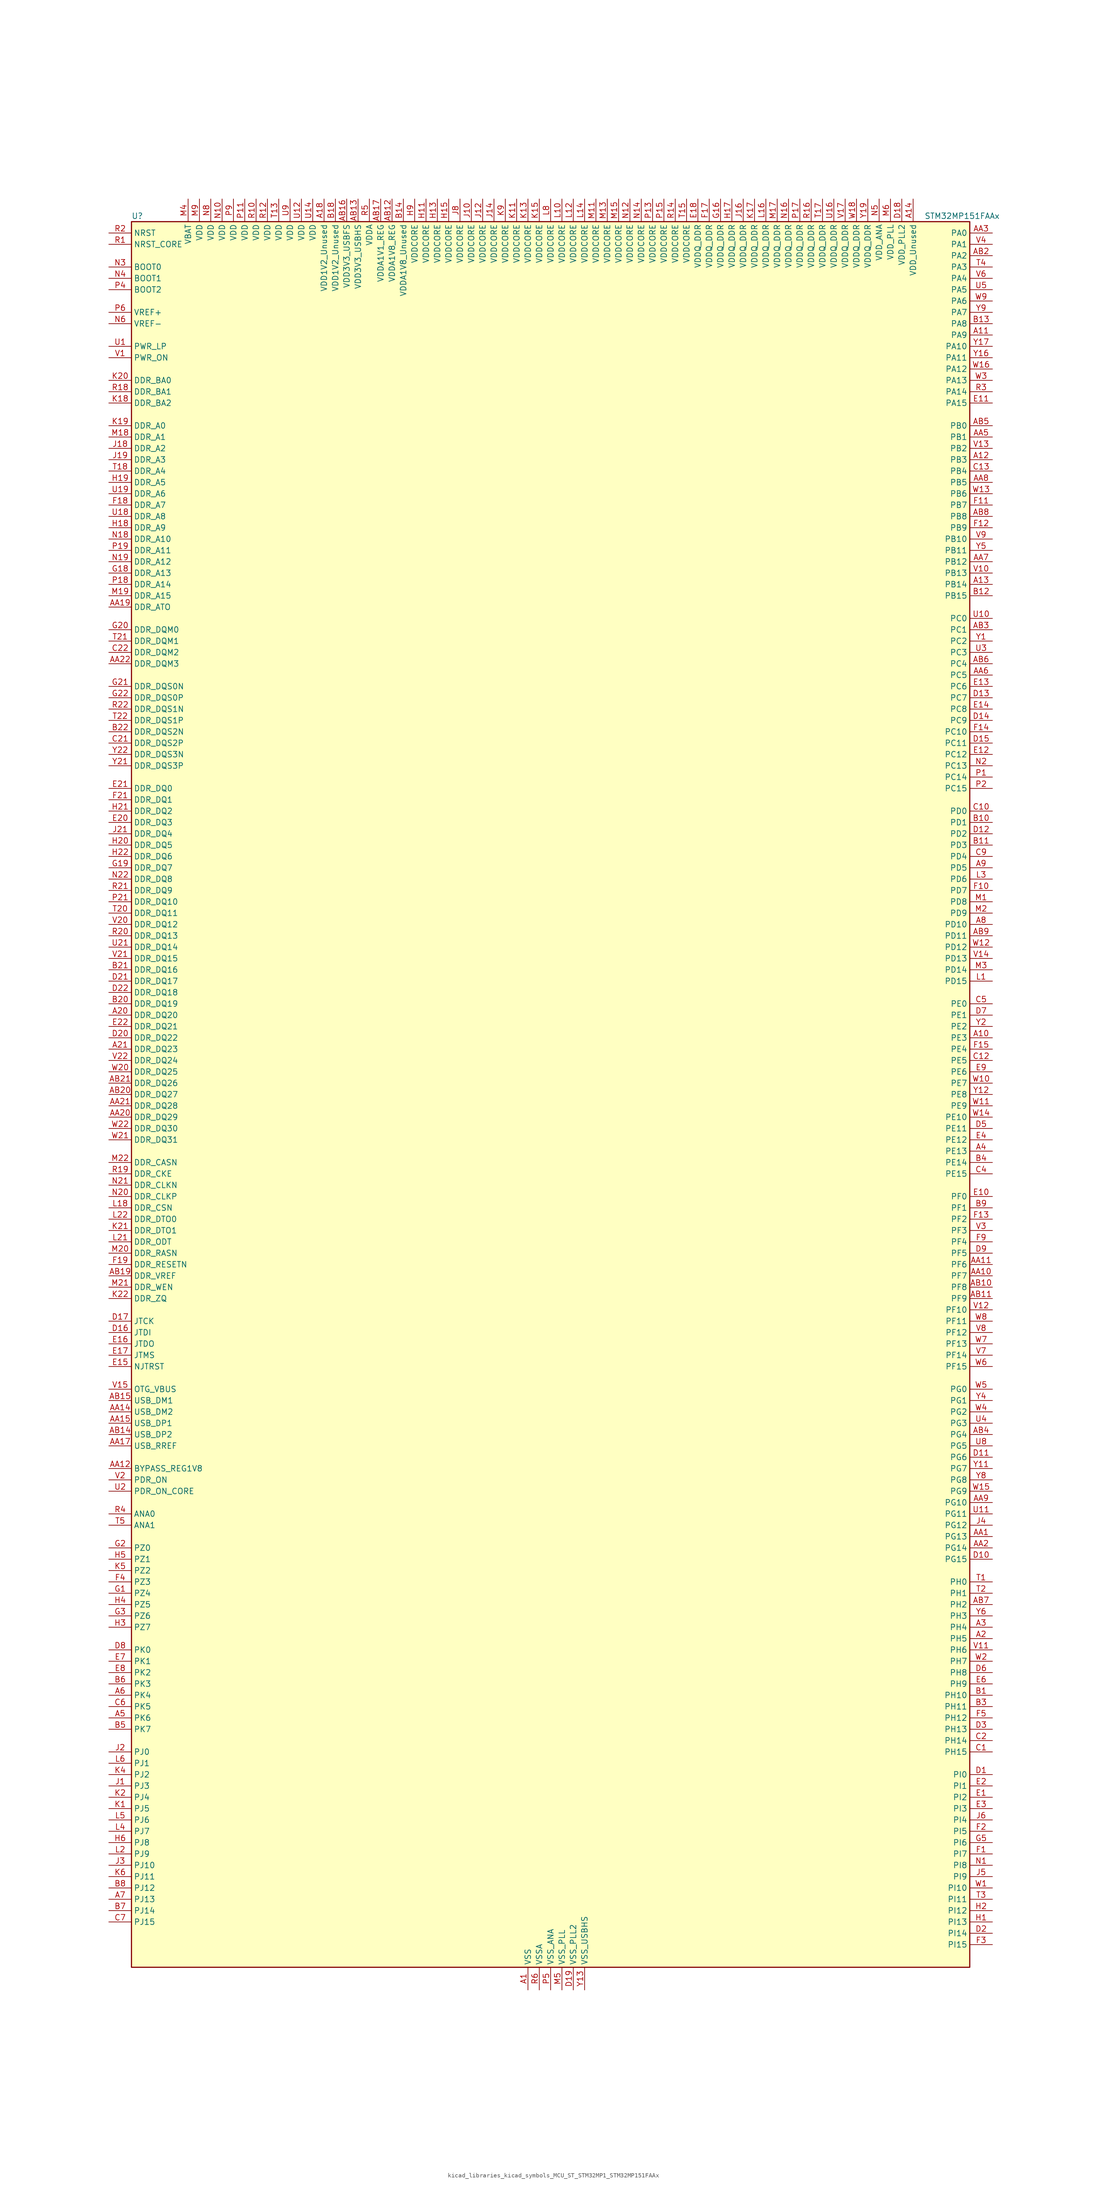
<source format=kicad_sym>
(kicad_symbol_lib
  (version 20220914)
  (generator kicad_symbol_editor)
  (symbol "kicad_libraries_kicad_symbols_MCU_ST_STM32MP1_STM32MP151FAAx"
    (property "Reference" "U"
      (at -93.98 196.85 0)
      (effects (font (size 1.27 1.27)) (justify left)))
    (property "Value" "STM32MP151FAAx"
      (at 83.82 196.85 0)
      (effects (font (size 1.27 1.27)) (justify left)))
    (property "ki_locked" ""
      (at 0 0 0)
      (effects (font (size 1.27 1.27))))
    (symbol "kicad_libraries_kicad_symbols_MCU_ST_STM32MP1_STM32MP151FAAx_0_1"
      (rectangle (start -93.98 -195.58) (end 93.98 195.58) (stroke (width 0.254) (type default)) (fill (type background))))
    (symbol "kicad_libraries_kicad_symbols_MCU_ST_STM32MP1_STM32MP151FAAx_1_1"
      (pin power_in line (at -5.08 -200.66 90) (length 5.08) (name "VSS" (effects (font (size 1.27 1.27)))) (number "A1" (effects (font (size 1.27 1.27)))))
      (pin bidirectional line (at 99.06 12.7 180) (length 5.08) (name "PE3" (effects (font (size 1.27 1.27)))) (number "A10" (effects (font (size 1.27 1.27)))) (alternate "DEBUG_TRACED0" bidirectional line) (alternate "FMC_A19" bidirectional line) (alternate "SAI1_SD_B" bidirectional line) (alternate "SDMMC2_CK" bidirectional line) (alternate "TIM15_BKIN" bidirectional line))
      (pin bidirectional line (at 99.06 170.18 180) (length 5.08) (name "PA9" (effects (font (size 1.27 1.27)))) (number "A11" (effects (font (size 1.27 1.27)))) (alternate "DAC1_EXTI9" bidirectional line) (alternate "DCMI_D0" bidirectional line) (alternate "I2C3_SMBA" bidirectional line) (alternate "I2S2_CK" bidirectional line) (alternate "LTDC_R5" bidirectional line) (alternate "SDMMC2_CDIR" bidirectional line) (alternate "SDMMC2_D5" bidirectional line) (alternate "SPI2_SCK" bidirectional line) (alternate "TIM1_CH2" bidirectional line) (alternate "USART1_TX" bidirectional line))
      (pin bidirectional line (at 99.06 142.24 180) (length 5.08) (name "PB3" (effects (font (size 1.27 1.27)))) (number "A12" (effects (font (size 1.27 1.27)))) (alternate "DEBUG_TRACED9" bidirectional line) (alternate "I2S1_CK" bidirectional line) (alternate "I2S3_CK" bidirectional line) (alternate "SAI4_CK1" bidirectional line) (alternate "SAI4_MCLK_A" bidirectional line) (alternate "SDMMC2_D2" bidirectional line) (alternate "SPI1_SCK" bidirectional line) (alternate "SPI3_SCK" bidirectional line) (alternate "SPI6_SCK" bidirectional line) (alternate "TIM2_CH2" bidirectional line) (alternate "UART7_RX" bidirectional line))
      (pin bidirectional line (at 99.06 114.3 180) (length 5.08) (name "PB14" (effects (font (size 1.27 1.27)))) (number "A13" (effects (font (size 1.27 1.27)))) (alternate "DFSDM1_DATIN2" bidirectional line) (alternate "I2S2_SDI" bidirectional line) (alternate "SDMMC2_D0" bidirectional line) (alternate "SPI2_MISO" bidirectional line) (alternate "TIM12_CH1" bidirectional line) (alternate "TIM1_CH2N" bidirectional line) (alternate "TIM8_CH2N" bidirectional line) (alternate "USART1_TX" bidirectional line) (alternate "USART3_DE" bidirectional line) (alternate "USART3_RTS" bidirectional line))
      (pin power_in line (at 81.28 200.66 270) (length 5.08) (name "VDD_Unused" (effects (font (size 1.27 1.27)))) (number "A14" (effects (font (size 1.27 1.27)))))
      (pin no_connect line (at -93.98 -195.58 0) (length 5.08) hide (name "DNU" (effects (font (size 1.27 1.27)))) (number "A15" (effects (font (size 1.27 1.27)))))
      (pin no_connect line (at -93.98 -193.04 0) (length 5.08) hide (name "DNU" (effects (font (size 1.27 1.27)))) (number "A16" (effects (font (size 1.27 1.27)))))
      (pin no_connect line (at -93.98 -190.5 0) (length 5.08) hide (name "DNU" (effects (font (size 1.27 1.27)))) (number "A17" (effects (font (size 1.27 1.27)))))
      (pin power_in line (at -50.8 200.66 270) (length 5.08) (name "VDD1V2_Unused" (effects (font (size 1.27 1.27)))) (number "A18" (effects (font (size 1.27 1.27)))))
      (pin passive line (at -5.08 -200.66 90) (length 5.08) hide (name "VSS" (effects (font (size 1.27 1.27)))) (number "A19" (effects (font (size 1.27 1.27)))))
      (pin bidirectional line (at 99.06 -121.92 180) (length 5.08) (name "PH5" (effects (font (size 1.27 1.27)))) (number "A2" (effects (font (size 1.27 1.27)))) (alternate "I2C2_SDA" bidirectional line) (alternate "SAI4_SD_B" bidirectional line) (alternate "SPI5_NSS" bidirectional line))
      (pin bidirectional line (at -99.06 17.78 0) (length 5.08) (name "DDR_DQ20" (effects (font (size 1.27 1.27)))) (number "A20" (effects (font (size 1.27 1.27)))) (alternate "DDR_DQ20" bidirectional line))
      (pin bidirectional line (at -99.06 10.16 0) (length 5.08) (name "DDR_DQ23" (effects (font (size 1.27 1.27)))) (number "A21" (effects (font (size 1.27 1.27)))) (alternate "DDR_DQ23" bidirectional line))
      (pin passive line (at -5.08 -200.66 90) (length 5.08) hide (name "VSS" (effects (font (size 1.27 1.27)))) (number "A22" (effects (font (size 1.27 1.27)))))
      (pin bidirectional line (at 99.06 -119.38 180) (length 5.08) (name "PH4" (effects (font (size 1.27 1.27)))) (number "A3" (effects (font (size 1.27 1.27)))) (alternate "I2C2_SCL" bidirectional line) (alternate "LTDC_G4" bidirectional line) (alternate "LTDC_G5" bidirectional line))
      (pin bidirectional line (at 99.06 -12.7 180) (length 5.08) (name "PE13" (effects (font (size 1.27 1.27)))) (number "A4" (effects (font (size 1.27 1.27)))) (alternate "DCMI_D6" bidirectional line) (alternate "DFSDM1_CKIN5" bidirectional line) (alternate "FMC_D10" bidirectional line) (alternate "FMC_DA10" bidirectional line) (alternate "HDP_HDP2" bidirectional line) (alternate "LTDC_DE" bidirectional line) (alternate "SAI2_FS_B" bidirectional line) (alternate "SPI4_MISO" bidirectional line) (alternate "TIM1_CH3" bidirectional line))
      (pin bidirectional line (at -99.06 -139.7 0) (length 5.08) (name "PK6" (effects (font (size 1.27 1.27)))) (number "A5" (effects (font (size 1.27 1.27)))) (alternate "DEBUG_TRACED7" bidirectional line) (alternate "HDP_HDP7" bidirectional line) (alternate "LTDC_B7" bidirectional line))
      (pin bidirectional line (at -99.06 -134.62 0) (length 5.08) (name "PK4" (effects (font (size 1.27 1.27)))) (number "A6" (effects (font (size 1.27 1.27)))) (alternate "LTDC_B5" bidirectional line))
      (pin bidirectional line (at -99.06 -180.34 0) (length 5.08) (name "PJ13" (effects (font (size 1.27 1.27)))) (number "A7" (effects (font (size 1.27 1.27)))) (alternate "LTDC_B1" bidirectional line) (alternate "LTDC_G4" bidirectional line))
      (pin bidirectional line (at 99.06 38.1 180) (length 5.08) (name "PD10" (effects (font (size 1.27 1.27)))) (number "A8" (effects (font (size 1.27 1.27)))) (alternate "DFSDM1_CKOUT" bidirectional line) (alternate "FMC_D15" bidirectional line) (alternate "FMC_DA15" bidirectional line) (alternate "I2C5_SMBA" bidirectional line) (alternate "I2S3_SDI" bidirectional line) (alternate "LTDC_B3" bidirectional line) (alternate "RTC_REFIN" bidirectional line) (alternate "SAI3_FS_B" bidirectional line) (alternate "SPI3_MISO" bidirectional line) (alternate "TIM16_BKIN" bidirectional line) (alternate "USART3_CK" bidirectional line))
      (pin bidirectional line (at 99.06 50.8 180) (length 5.08) (name "PD5" (effects (font (size 1.27 1.27)))) (number "A9" (effects (font (size 1.27 1.27)))) (alternate "FMC_NWE" bidirectional line) (alternate "SDMMC3_D2" bidirectional line) (alternate "USART2_TX" bidirectional line))
      (pin bidirectional line (at 99.06 -99.06 180) (length 5.08) (name "PG13" (effects (font (size 1.27 1.27)))) (number "AA1" (effects (font (size 1.27 1.27)))) (alternate "DEBUG_TRACED0" bidirectional line) (alternate "ETH1_TXD0" bidirectional line) (alternate "FMC_A24" bidirectional line) (alternate "LPTIM1_OUT" bidirectional line) (alternate "LTDC_R0" bidirectional line) (alternate "SAI1_CK2" bidirectional line) (alternate "SAI1_SCK_A" bidirectional line) (alternate "SAI4_CK1" bidirectional line) (alternate "SAI4_MCLK_A" bidirectional line) (alternate "SPI6_SCK" bidirectional line) (alternate "USART6_CTS" bidirectional line) (alternate "USART6_NSS" bidirectional line))
      (pin bidirectional line (at 99.06 -40.64 180) (length 5.08) (name "PF7" (effects (font (size 1.27 1.27)))) (number "AA10" (effects (font (size 1.27 1.27)))) (alternate "QUADSPI_BK1_IO2" bidirectional line) (alternate "SAI1_MCLK_B" bidirectional line) (alternate "SPI5_SCK" bidirectional line) (alternate "TIM17_CH1" bidirectional line) (alternate "UART7_TX" bidirectional line))
      (pin bidirectional line (at 99.06 -38.1 180) (length 5.08) (name "PF6" (effects (font (size 1.27 1.27)))) (number "AA11" (effects (font (size 1.27 1.27)))) (alternate "QUADSPI_BK1_IO3" bidirectional line) (alternate "SAI1_SD_B" bidirectional line) (alternate "SAI4_SCK_B" bidirectional line) (alternate "SPI5_NSS" bidirectional line) (alternate "TIM16_CH1" bidirectional line) (alternate "UART7_RX" bidirectional line))
      (pin bidirectional line (at -99.06 -83.82 0) (length 5.08) (name "BYPASS_REG1V8" (effects (font (size 1.27 1.27)))) (number "AA12" (effects (font (size 1.27 1.27)))))
      (pin passive line (at 7.62 -200.66 90) (length 5.08) hide (name "VSS_USBHS" (effects (font (size 1.27 1.27)))) (number "AA13" (effects (font (size 1.27 1.27)))))
      (pin bidirectional line (at -99.06 -71.12 0) (length 5.08) (name "USB_DM2" (effects (font (size 1.27 1.27)))) (number "AA14" (effects (font (size 1.27 1.27)))) (alternate "USBH_HS2_DM" bidirectional line) (alternate "USB_OTG_HS_DM" bidirectional line))
      (pin bidirectional line (at -99.06 -73.66 0) (length 5.08) (name "USB_DP1" (effects (font (size 1.27 1.27)))) (number "AA15" (effects (font (size 1.27 1.27)))) (alternate "USBH_HS1_DP" bidirectional line))
      (pin passive line (at 7.62 -200.66 90) (length 5.08) hide (name "VSS_USBHS" (effects (font (size 1.27 1.27)))) (number "AA16" (effects (font (size 1.27 1.27)))))
      (pin bidirectional line (at -99.06 -78.74 0) (length 5.08) (name "USB_RREF" (effects (font (size 1.27 1.27)))) (number "AA17" (effects (font (size 1.27 1.27)))))
      (pin passive line (at -5.08 -200.66 90) (length 5.08) hide (name "VSS" (effects (font (size 1.27 1.27)))) (number "AA18" (effects (font (size 1.27 1.27)))))
      (pin bidirectional line (at -99.06 109.22 0) (length 5.08) (name "DDR_ATO" (effects (font (size 1.27 1.27)))) (number "AA19" (effects (font (size 1.27 1.27)))) (alternate "DDR_ATO" bidirectional line))
      (pin bidirectional line (at 99.06 -101.6 180) (length 5.08) (name "PG14" (effects (font (size 1.27 1.27)))) (number "AA2" (effects (font (size 1.27 1.27)))) (alternate "DEBUG_TRACED1" bidirectional line) (alternate "ETH1_TXD1" bidirectional line) (alternate "FMC_A25" bidirectional line) (alternate "LPTIM1_ETR" bidirectional line) (alternate "LTDC_B0" bidirectional line) (alternate "QUADSPI_BK2_IO3" bidirectional line) (alternate "SAI4_D1" bidirectional line) (alternate "SAI4_SD_A" bidirectional line) (alternate "SPI6_MOSI" bidirectional line) (alternate "USART6_TX" bidirectional line))
      (pin bidirectional line (at -99.06 -5.08 0) (length 5.08) (name "DDR_DQ29" (effects (font (size 1.27 1.27)))) (number "AA20" (effects (font (size 1.27 1.27)))) (alternate "DDR_DQ29" bidirectional line))
      (pin bidirectional line (at -99.06 -2.54 0) (length 5.08) (name "DDR_DQ28" (effects (font (size 1.27 1.27)))) (number "AA21" (effects (font (size 1.27 1.27)))) (alternate "DDR_DQ28" bidirectional line))
      (pin bidirectional line (at -99.06 96.52 0) (length 5.08) (name "DDR_DQM3" (effects (font (size 1.27 1.27)))) (number "AA22" (effects (font (size 1.27 1.27)))) (alternate "DDR_DQM3" bidirectional line))
      (pin bidirectional line (at 99.06 193.04 180) (length 5.08) (name "PA0" (effects (font (size 1.27 1.27)))) (number "AA3" (effects (font (size 1.27 1.27)))) (alternate "ADC1_INP16" bidirectional line) (alternate "ETH1_CRS" bidirectional line) (alternate "PWR_WKUP1" bidirectional line) (alternate "SAI2_SD_B" bidirectional line) (alternate "SDMMC2_CMD" bidirectional line) (alternate "TIM15_BKIN" bidirectional line) (alternate "TIM2_CH1" bidirectional line) (alternate "TIM2_ETR" bidirectional line) (alternate "TIM5_CH1" bidirectional line) (alternate "TIM8_ETR" bidirectional line) (alternate "UART4_TX" bidirectional line) (alternate "USART2_CTS" bidirectional line) (alternate "USART2_NSS" bidirectional line))
      (pin passive line (at -5.08 -200.66 90) (length 5.08) hide (name "VSS" (effects (font (size 1.27 1.27)))) (number "AA4" (effects (font (size 1.27 1.27)))))
      (pin bidirectional line (at 99.06 147.32 180) (length 5.08) (name "PB1" (effects (font (size 1.27 1.27)))) (number "AA5" (effects (font (size 1.27 1.27)))) (alternate "ADC1_INP5" bidirectional line) (alternate "ADC2_INP5" bidirectional line) (alternate "DFSDM1_DATIN1" bidirectional line) (alternate "ETH1_RXD3" bidirectional line) (alternate "LTDC_G0" bidirectional line) (alternate "LTDC_R6" bidirectional line) (alternate "TIM1_CH3N" bidirectional line) (alternate "TIM3_CH4" bidirectional line) (alternate "TIM8_CH3N" bidirectional line))
      (pin bidirectional line (at 99.06 93.98 180) (length 5.08) (name "PC5" (effects (font (size 1.27 1.27)))) (number "AA6" (effects (font (size 1.27 1.27)))) (alternate "ADC1_INN4" bidirectional line) (alternate "ADC1_INP8" bidirectional line) (alternate "ADC2_INN4" bidirectional line) (alternate "ADC2_INP8" bidirectional line) (alternate "DFSDM1_DATIN2" bidirectional line) (alternate "ETH1_RXD1" bidirectional line) (alternate "SAI1_D3" bidirectional line) (alternate "SAI1_D4" bidirectional line) (alternate "SAI4_D3" bidirectional line) (alternate "SAI4_D4" bidirectional line) (alternate "SPDIFRX_IN3" bidirectional line))
      (pin bidirectional line (at 99.06 119.38 180) (length 5.08) (name "PB12" (effects (font (size 1.27 1.27)))) (number "AA7" (effects (font (size 1.27 1.27)))) (alternate "DFSDM1_DATIN1" bidirectional line) (alternate "ETH1_TXD0" bidirectional line) (alternate "I2C2_SMBA" bidirectional line) (alternate "I2C6_SMBA" bidirectional line) (alternate "I2S2_WS" bidirectional line) (alternate "SPI2_NSS" bidirectional line) (alternate "TIM1_BKIN" bidirectional line) (alternate "UART5_RX" bidirectional line) (alternate "USART3_CK" bidirectional line) (alternate "USART3_RX" bidirectional line))
      (pin bidirectional line (at 99.06 137.16 180) (length 5.08) (name "PB5" (effects (font (size 1.27 1.27)))) (number "AA8" (effects (font (size 1.27 1.27)))) (alternate "DCMI_D10" bidirectional line) (alternate "ETH1_CLK" bidirectional line) (alternate "ETH1_PPS_OUT" bidirectional line) (alternate "I2C1_SMBA" bidirectional line) (alternate "I2C4_SMBA" bidirectional line) (alternate "I2S1_SDO" bidirectional line) (alternate "I2S3_SDO" bidirectional line) (alternate "LTDC_G7" bidirectional line) (alternate "SAI4_D1" bidirectional line) (alternate "SAI4_SD_A" bidirectional line) (alternate "SPI1_MOSI" bidirectional line) (alternate "SPI3_MOSI" bidirectional line) (alternate "SPI6_MOSI" bidirectional line) (alternate "TIM17_BKIN" bidirectional line) (alternate "TIM3_CH2" bidirectional line) (alternate "UART5_RX" bidirectional line))
      (pin bidirectional line (at 99.06 -91.44 180) (length 5.08) (name "PG10" (effects (font (size 1.27 1.27)))) (number "AA9" (effects (font (size 1.27 1.27)))) (alternate "DCMI_D2" bidirectional line) (alternate "DEBUG_TRACED10" bidirectional line) (alternate "FMC_NE3" bidirectional line) (alternate "LTDC_B2" bidirectional line) (alternate "LTDC_G3" bidirectional line) (alternate "QUADSPI_BK2_IO2" bidirectional line) (alternate "SAI2_SD_B" bidirectional line) (alternate "UART8_CTS" bidirectional line))
      (pin passive line (at -5.08 -200.66 90) (length 5.08) hide (name "VSS" (effects (font (size 1.27 1.27)))) (number "AB1" (effects (font (size 1.27 1.27)))))
      (pin bidirectional line (at 99.06 -43.18 180) (length 5.08) (name "PF8" (effects (font (size 1.27 1.27)))) (number "AB10" (effects (font (size 1.27 1.27)))) (alternate "DEBUG_TRACED12" bidirectional line) (alternate "QUADSPI_BK1_IO0" bidirectional line) (alternate "SAI1_SCK_B" bidirectional line) (alternate "SPI5_MISO" bidirectional line) (alternate "TIM13_CH1" bidirectional line) (alternate "TIM16_CH1N" bidirectional line) (alternate "UART7_DE" bidirectional line) (alternate "UART7_RTS" bidirectional line))
      (pin bidirectional line (at 99.06 -45.72 180) (length 5.08) (name "PF9" (effects (font (size 1.27 1.27)))) (number "AB11" (effects (font (size 1.27 1.27)))) (alternate "DAC1_EXTI9" bidirectional line) (alternate "DEBUG_TRACED13" bidirectional line) (alternate "QUADSPI_BK1_IO1" bidirectional line) (alternate "SAI1_FS_B" bidirectional line) (alternate "SPI5_MOSI" bidirectional line) (alternate "TIM14_CH1" bidirectional line) (alternate "TIM17_CH1N" bidirectional line) (alternate "UART7_CTS" bidirectional line))
      (pin power_in line (at -35.56 200.66 270) (length 5.08) (name "VDDA1V8_REG" (effects (font (size 1.27 1.27)))) (number "AB12" (effects (font (size 1.27 1.27)))))
      (pin power_in line (at -43.18 200.66 270) (length 5.08) (name "VDD3V3_USBHS" (effects (font (size 1.27 1.27)))) (number "AB13" (effects (font (size 1.27 1.27)))))
      (pin bidirectional line (at -99.06 -76.2 0) (length 5.08) (name "USB_DP2" (effects (font (size 1.27 1.27)))) (number "AB14" (effects (font (size 1.27 1.27)))) (alternate "USBH_HS2_DP" bidirectional line) (alternate "USB_OTG_HS_DP" bidirectional line))
      (pin bidirectional line (at -99.06 -68.58 0) (length 5.08) (name "USB_DM1" (effects (font (size 1.27 1.27)))) (number "AB15" (effects (font (size 1.27 1.27)))) (alternate "USBH_HS1_DM" bidirectional line))
      (pin power_in line (at -45.72 200.66 270) (length 5.08) (name "VDD3V3_USBFS" (effects (font (size 1.27 1.27)))) (number "AB16" (effects (font (size 1.27 1.27)))))
      (pin power_in line (at -38.1 200.66 270) (length 5.08) (name "VDDA1V1_REG" (effects (font (size 1.27 1.27)))) (number "AB17" (effects (font (size 1.27 1.27)))))
      (pin passive line (at -5.08 -200.66 90) (length 5.08) hide (name "VSS" (effects (font (size 1.27 1.27)))) (number "AB18" (effects (font (size 1.27 1.27)))))
      (pin bidirectional line (at -99.06 -40.64 0) (length 5.08) (name "DDR_VREF" (effects (font (size 1.27 1.27)))) (number "AB19" (effects (font (size 1.27 1.27)))) (alternate "DDR_VREF" bidirectional line))
      (pin bidirectional line (at 99.06 187.96 180) (length 5.08) (name "PA2" (effects (font (size 1.27 1.27)))) (number "AB2" (effects (font (size 1.27 1.27)))) (alternate "ADC1_INP14" bidirectional line) (alternate "ETH1_MDIO" bidirectional line) (alternate "LPTIM4_OUT" bidirectional line) (alternate "LTDC_R1" bidirectional line) (alternate "PWR_WKUP2" bidirectional line) (alternate "SAI2_SCK_B" bidirectional line) (alternate "SDMMC2_D0DIR" bidirectional line) (alternate "TIM15_CH1" bidirectional line) (alternate "TIM2_CH3" bidirectional line) (alternate "TIM5_CH3" bidirectional line) (alternate "USART2_TX" bidirectional line))
      (pin bidirectional line (at -99.06 0 0) (length 5.08) (name "DDR_DQ27" (effects (font (size 1.27 1.27)))) (number "AB20" (effects (font (size 1.27 1.27)))) (alternate "DDR_DQ27" bidirectional line))
      (pin bidirectional line (at -99.06 2.54 0) (length 5.08) (name "DDR_DQ26" (effects (font (size 1.27 1.27)))) (number "AB21" (effects (font (size 1.27 1.27)))) (alternate "DDR_DQ26" bidirectional line))
      (pin passive line (at -5.08 -200.66 90) (length 5.08) hide (name "VSS" (effects (font (size 1.27 1.27)))) (number "AB22" (effects (font (size 1.27 1.27)))))
      (pin bidirectional line (at 99.06 104.14 180) (length 5.08) (name "PC1" (effects (font (size 1.27 1.27)))) (number "AB3" (effects (font (size 1.27 1.27)))) (alternate "ADC1_INN10" bidirectional line) (alternate "ADC1_INP11" bidirectional line) (alternate "ADC2_INN10" bidirectional line) (alternate "ADC2_INP11" bidirectional line) (alternate "DEBUG_TRACED0" bidirectional line) (alternate "DFSDM1_CKIN4" bidirectional line) (alternate "DFSDM1_DATIN0" bidirectional line) (alternate "ETH1_MDC" bidirectional line) (alternate "I2S2_SDO" bidirectional line) (alternate "PWR_WKUP6" bidirectional line) (alternate "SAI1_D1" bidirectional line) (alternate "SAI1_SD_A" bidirectional line) (alternate "SDMMC2_CK" bidirectional line) (alternate "SPI2_MOSI" bidirectional line) (alternate "TAMP_IN3" bidirectional line))
      (pin bidirectional line (at 99.06 -76.2 180) (length 5.08) (name "PG4" (effects (font (size 1.27 1.27)))) (number "AB4" (effects (font (size 1.27 1.27)))) (alternate "ETH1_GTX_CLK" bidirectional line) (alternate "FMC_A14" bidirectional line) (alternate "TIM1_BKIN2" bidirectional line))
      (pin bidirectional line (at 99.06 149.86 180) (length 5.08) (name "PB0" (effects (font (size 1.27 1.27)))) (number "AB5" (effects (font (size 1.27 1.27)))) (alternate "ADC1_INN5" bidirectional line) (alternate "ADC1_INP9" bidirectional line) (alternate "ADC2_INN5" bidirectional line) (alternate "ADC2_INP9" bidirectional line) (alternate "DFSDM1_CKOUT" bidirectional line) (alternate "ETH1_RXD2" bidirectional line) (alternate "LTDC_G1" bidirectional line) (alternate "LTDC_R3" bidirectional line) (alternate "TIM1_CH2N" bidirectional line) (alternate "TIM3_CH3" bidirectional line) (alternate "TIM8_CH2N" bidirectional line) (alternate "UART4_CTS" bidirectional line))
      (pin bidirectional line (at 99.06 96.52 180) (length 5.08) (name "PC4" (effects (font (size 1.27 1.27)))) (number "AB6" (effects (font (size 1.27 1.27)))) (alternate "ADC1_INP4" bidirectional line) (alternate "ADC2_INP4" bidirectional line) (alternate "DFSDM1_CKIN2" bidirectional line) (alternate "ETH1_RXD0" bidirectional line) (alternate "I2S1_MCK" bidirectional line) (alternate "SPDIFRX_IN2" bidirectional line))
      (pin bidirectional line (at 99.06 -114.3 180) (length 5.08) (name "PH2" (effects (font (size 1.27 1.27)))) (number "AB7" (effects (font (size 1.27 1.27)))) (alternate "ETH1_CRS" bidirectional line) (alternate "LPTIM1_IN2" bidirectional line) (alternate "LTDC_R0" bidirectional line) (alternate "QUADSPI_BK2_IO0" bidirectional line) (alternate "SAI2_SCK_B" bidirectional line))
      (pin bidirectional line (at 99.06 129.54 180) (length 5.08) (name "PB8" (effects (font (size 1.27 1.27)))) (number "AB8" (effects (font (size 1.27 1.27)))) (alternate "DCMI_D6" bidirectional line) (alternate "DFSDM1_CKIN7" bidirectional line) (alternate "ETH1_TXD3" bidirectional line) (alternate "HDP_HDP6" bidirectional line) (alternate "I2C1_SCL" bidirectional line) (alternate "I2C4_SCL" bidirectional line) (alternate "LTDC_B6" bidirectional line) (alternate "SDMMC1_CKIN" bidirectional line) (alternate "SDMMC1_D4" bidirectional line) (alternate "SDMMC2_CKIN" bidirectional line) (alternate "SDMMC2_D4" bidirectional line) (alternate "TIM16_CH1" bidirectional line) (alternate "TIM4_CH3" bidirectional line) (alternate "UART4_RX" bidirectional line))
      (pin bidirectional line (at 99.06 35.56 180) (length 5.08) (name "PD11" (effects (font (size 1.27 1.27)))) (number "AB9" (effects (font (size 1.27 1.27)))) (alternate "ADC1_EXTI11" bidirectional line) (alternate "ADC2_EXTI11" bidirectional line) (alternate "FMC_A16" bidirectional line) (alternate "FMC_CLE" bidirectional line) (alternate "I2C1_SMBA" bidirectional line) (alternate "I2C4_SMBA" bidirectional line) (alternate "LPTIM2_IN2" bidirectional line) (alternate "QUADSPI_BK1_IO0" bidirectional line) (alternate "SAI2_SD_A" bidirectional line) (alternate "USART3_CTS" bidirectional line) (alternate "USART3_NSS" bidirectional line))
      (pin bidirectional line (at 99.06 -134.62 180) (length 5.08) (name "PH10" (effects (font (size 1.27 1.27)))) (number "B1" (effects (font (size 1.27 1.27)))) (alternate "DCMI_D1" bidirectional line) (alternate "I2C1_SMBA" bidirectional line) (alternate "I2C4_SMBA" bidirectional line) (alternate "LTDC_R4" bidirectional line) (alternate "TIM5_CH1" bidirectional line))
      (pin bidirectional line (at 99.06 60.96 180) (length 5.08) (name "PD1" (effects (font (size 1.27 1.27)))) (number "B10" (effects (font (size 1.27 1.27)))) (alternate "DFSDM1_CKIN7" bidirectional line) (alternate "DFSDM1_DATIN6" bidirectional line) (alternate "FMC_D3" bidirectional line) (alternate "FMC_DA3" bidirectional line) (alternate "I2C5_SCL" bidirectional line) (alternate "I2C6_SCL" bidirectional line) (alternate "SAI3_SD_A" bidirectional line) (alternate "SDMMC3_D0" bidirectional line) (alternate "UART4_TX" bidirectional line))
      (pin bidirectional line (at 99.06 55.88 180) (length 5.08) (name "PD3" (effects (font (size 1.27 1.27)))) (number "B11" (effects (font (size 1.27 1.27)))) (alternate "DCMI_D5" bidirectional line) (alternate "DFSDM1_CKOUT" bidirectional line) (alternate "DFSDM1_DATIN0" bidirectional line) (alternate "FMC_CLK" bidirectional line) (alternate "HDP_HDP5" bidirectional line) (alternate "I2S2_CK" bidirectional line) (alternate "LTDC_G7" bidirectional line) (alternate "SDMMC1_D123DIR" bidirectional line) (alternate "SDMMC1_D7" bidirectional line) (alternate "SDMMC2_D123DIR" bidirectional line) (alternate "SDMMC2_D7" bidirectional line) (alternate "SPI2_SCK" bidirectional line) (alternate "USART2_CTS" bidirectional line) (alternate "USART2_NSS" bidirectional line))
      (pin bidirectional line (at 99.06 111.76 180) (length 5.08) (name "PB15" (effects (font (size 1.27 1.27)))) (number "B12" (effects (font (size 1.27 1.27)))) (alternate "ADC1_EXTI15" bidirectional line) (alternate "ADC2_EXTI15" bidirectional line) (alternate "DFSDM1_CKIN2" bidirectional line) (alternate "I2S2_SDO" bidirectional line) (alternate "RTC_REFIN" bidirectional line) (alternate "SDMMC2_D1" bidirectional line) (alternate "SPI2_MOSI" bidirectional line) (alternate "TIM12_CH2" bidirectional line) (alternate "TIM1_CH3N" bidirectional line) (alternate "TIM8_CH3N" bidirectional line) (alternate "USART1_RX" bidirectional line))
      (pin bidirectional line (at 99.06 172.72 180) (length 5.08) (name "PA8" (effects (font (size 1.27 1.27)))) (number "B13" (effects (font (size 1.27 1.27)))) (alternate "I2C3_SCL" bidirectional line) (alternate "I2S3_SDO" bidirectional line) (alternate "LTDC_R6" bidirectional line) (alternate "RCC_MCO_1" bidirectional line) (alternate "SAI4_SD_B" bidirectional line) (alternate "SDMMC2_CKIN" bidirectional line) (alternate "SDMMC2_D4" bidirectional line) (alternate "SPI3_MOSI" bidirectional line) (alternate "TIM1_CH1" bidirectional line) (alternate "TIM8_BKIN2" bidirectional line) (alternate "UART7_RX" bidirectional line) (alternate "USART1_CK" bidirectional line) (alternate "USB_OTG_HS_SOF" bidirectional line))
      (pin power_in line (at -33.02 200.66 270) (length 5.08) (name "VDDA1V8_Unused" (effects (font (size 1.27 1.27)))) (number "B14" (effects (font (size 1.27 1.27)))))
      (pin no_connect line (at -93.98 -187.96 0) (length 5.08) hide (name "DNU" (effects (font (size 1.27 1.27)))) (number "B15" (effects (font (size 1.27 1.27)))))
      (pin no_connect line (at -93.98 -185.42 0) (length 5.08) hide (name "DNU" (effects (font (size 1.27 1.27)))) (number "B16" (effects (font (size 1.27 1.27)))))
      (pin no_connect line (at -93.98 -182.88 0) (length 5.08) hide (name "DNU" (effects (font (size 1.27 1.27)))) (number "B17" (effects (font (size 1.27 1.27)))))
      (pin power_in line (at -48.26 200.66 270) (length 5.08) (name "VDD1V2_Unused" (effects (font (size 1.27 1.27)))) (number "B18" (effects (font (size 1.27 1.27)))))
      (pin passive line (at -5.08 -200.66 90) (length 5.08) hide (name "VSS" (effects (font (size 1.27 1.27)))) (number "B19" (effects (font (size 1.27 1.27)))))
      (pin passive line (at -5.08 -200.66 90) (length 5.08) hide (name "VSS" (effects (font (size 1.27 1.27)))) (number "B2" (effects (font (size 1.27 1.27)))))
      (pin bidirectional line (at -99.06 20.32 0) (length 5.08) (name "DDR_DQ19" (effects (font (size 1.27 1.27)))) (number "B20" (effects (font (size 1.27 1.27)))) (alternate "DDR_DQ19" bidirectional line))
      (pin bidirectional line (at -99.06 27.94 0) (length 5.08) (name "DDR_DQ16" (effects (font (size 1.27 1.27)))) (number "B21" (effects (font (size 1.27 1.27)))) (alternate "DDR_DQ16" bidirectional line))
      (pin bidirectional line (at -99.06 81.28 0) (length 5.08) (name "DDR_DQS2N" (effects (font (size 1.27 1.27)))) (number "B22" (effects (font (size 1.27 1.27)))) (alternate "DDR_DQS2N" bidirectional line))
      (pin bidirectional line (at 99.06 -137.16 180) (length 5.08) (name "PH11" (effects (font (size 1.27 1.27)))) (number "B3" (effects (font (size 1.27 1.27)))) (alternate "ADC1_EXTI11" bidirectional line) (alternate "ADC2_EXTI11" bidirectional line) (alternate "DCMI_D2" bidirectional line) (alternate "I2C1_SCL" bidirectional line) (alternate "I2C4_SCL" bidirectional line) (alternate "LTDC_R5" bidirectional line) (alternate "TIM5_CH2" bidirectional line))
      (pin bidirectional line (at 99.06 -15.24 180) (length 5.08) (name "PE14" (effects (font (size 1.27 1.27)))) (number "B4" (effects (font (size 1.27 1.27)))) (alternate "FMC_D11" bidirectional line) (alternate "FMC_DA11" bidirectional line) (alternate "LTDC_CLK" bidirectional line) (alternate "LTDC_G0" bidirectional line) (alternate "SAI2_MCLK_B" bidirectional line) (alternate "SDMMC1_D123DIR" bidirectional line) (alternate "SPI4_MOSI" bidirectional line) (alternate "TIM1_CH4" bidirectional line) (alternate "UART8_DE" bidirectional line) (alternate "UART8_RTS" bidirectional line))
      (pin bidirectional line (at -99.06 -142.24 0) (length 5.08) (name "PK7" (effects (font (size 1.27 1.27)))) (number "B5" (effects (font (size 1.27 1.27)))) (alternate "LTDC_DE" bidirectional line))
      (pin bidirectional line (at -99.06 -132.08 0) (length 5.08) (name "PK3" (effects (font (size 1.27 1.27)))) (number "B6" (effects (font (size 1.27 1.27)))) (alternate "LTDC_B4" bidirectional line))
      (pin bidirectional line (at -99.06 -182.88 0) (length 5.08) (name "PJ14" (effects (font (size 1.27 1.27)))) (number "B7" (effects (font (size 1.27 1.27)))) (alternate "LTDC_B2" bidirectional line))
      (pin bidirectional line (at -99.06 -177.8 0) (length 5.08) (name "PJ12" (effects (font (size 1.27 1.27)))) (number "B8" (effects (font (size 1.27 1.27)))) (alternate "LTDC_B0" bidirectional line) (alternate "LTDC_G3" bidirectional line))
      (pin bidirectional line (at 99.06 -25.4 180) (length 5.08) (name "PF1" (effects (font (size 1.27 1.27)))) (number "B9" (effects (font (size 1.27 1.27)))) (alternate "FMC_A1" bidirectional line) (alternate "I2C2_SCL" bidirectional line) (alternate "SDMMC3_CDIR" bidirectional line) (alternate "SDMMC3_CMD" bidirectional line))
      (pin bidirectional line (at 99.06 -147.32 180) (length 5.08) (name "PH15" (effects (font (size 1.27 1.27)))) (number "C1" (effects (font (size 1.27 1.27)))) (alternate "ADC1_EXTI15" bidirectional line) (alternate "ADC2_EXTI15" bidirectional line) (alternate "DCMI_D11" bidirectional line) (alternate "LTDC_G4" bidirectional line) (alternate "TIM8_CH3N" bidirectional line))
      (pin bidirectional line (at 99.06 63.5 180) (length 5.08) (name "PD0" (effects (font (size 1.27 1.27)))) (number "C10" (effects (font (size 1.27 1.27)))) (alternate "DFSDM1_CKIN6" bidirectional line) (alternate "DFSDM1_DATIN7" bidirectional line) (alternate "FMC_D2" bidirectional line) (alternate "FMC_DA2" bidirectional line) (alternate "I2C5_SDA" bidirectional line) (alternate "I2C6_SDA" bidirectional line) (alternate "SAI3_SCK_A" bidirectional line) (alternate "SDMMC3_CMD" bidirectional line) (alternate "UART4_RX" bidirectional line))
      (pin passive line (at -5.08 -200.66 90) (length 5.08) hide (name "VSS" (effects (font (size 1.27 1.27)))) (number "C11" (effects (font (size 1.27 1.27)))))
      (pin bidirectional line (at 99.06 7.62 180) (length 5.08) (name "PE5" (effects (font (size 1.27 1.27)))) (number "C12" (effects (font (size 1.27 1.27)))) (alternate "DCMI_D6" bidirectional line) (alternate "DEBUG_TRACED3" bidirectional line) (alternate "DFSDM1_CKIN3" bidirectional line) (alternate "FMC_A21" bidirectional line) (alternate "LTDC_G0" bidirectional line) (alternate "SAI1_CK2" bidirectional line) (alternate "SAI1_SCK_A" bidirectional line) (alternate "SDMMC1_D0DIR" bidirectional line) (alternate "SDMMC1_D6" bidirectional line) (alternate "SDMMC2_D0DIR" bidirectional line) (alternate "SDMMC2_D6" bidirectional line) (alternate "SPI4_MISO" bidirectional line) (alternate "TIM15_CH1" bidirectional line))
      (pin bidirectional line (at 99.06 139.7 180) (length 5.08) (name "PB4" (effects (font (size 1.27 1.27)))) (number "C13" (effects (font (size 1.27 1.27)))) (alternate "DEBUG_TRACED8" bidirectional line) (alternate "I2S1_SDI" bidirectional line) (alternate "I2S2_WS" bidirectional line) (alternate "I2S3_SDI" bidirectional line) (alternate "SAI4_CK2" bidirectional line) (alternate "SAI4_SCK_A" bidirectional line) (alternate "SDMMC2_D3" bidirectional line) (alternate "SPI1_MISO" bidirectional line) (alternate "SPI2_NSS" bidirectional line) (alternate "SPI3_MISO" bidirectional line) (alternate "SPI6_MISO" bidirectional line) (alternate "TIM16_BKIN" bidirectional line) (alternate "TIM3_CH1" bidirectional line) (alternate "UART7_TX" bidirectional line))
      (pin passive line (at -5.08 -200.66 90) (length 5.08) hide (name "VSS" (effects (font (size 1.27 1.27)))) (number "C14" (effects (font (size 1.27 1.27)))))
      (pin passive line (at -5.08 -200.66 90) (length 5.08) hide (name "VSS" (effects (font (size 1.27 1.27)))) (number "C15" (effects (font (size 1.27 1.27)))))
      (pin passive line (at -5.08 -200.66 90) (length 5.08) hide (name "VSS" (effects (font (size 1.27 1.27)))) (number "C16" (effects (font (size 1.27 1.27)))))
      (pin passive line (at -5.08 -200.66 90) (length 5.08) hide (name "VSS" (effects (font (size 1.27 1.27)))) (number "C17" (effects (font (size 1.27 1.27)))))
      (pin passive line (at -5.08 -200.66 90) (length 5.08) hide (name "VSS" (effects (font (size 1.27 1.27)))) (number "C18" (effects (font (size 1.27 1.27)))))
      (pin passive line (at -5.08 -200.66 90) (length 5.08) hide (name "VSS" (effects (font (size 1.27 1.27)))) (number "C19" (effects (font (size 1.27 1.27)))))
      (pin bidirectional line (at 99.06 -144.78 180) (length 5.08) (name "PH14" (effects (font (size 1.27 1.27)))) (number "C2" (effects (font (size 1.27 1.27)))) (alternate "DCMI_D4" bidirectional line) (alternate "LTDC_G3" bidirectional line) (alternate "TIM8_CH2N" bidirectional line) (alternate "UART4_RX" bidirectional line))
      (pin passive line (at -5.08 -200.66 90) (length 5.08) hide (name "VSS" (effects (font (size 1.27 1.27)))) (number "C20" (effects (font (size 1.27 1.27)))))
      (pin bidirectional line (at -99.06 78.74 0) (length 5.08) (name "DDR_DQS2P" (effects (font (size 1.27 1.27)))) (number "C21" (effects (font (size 1.27 1.27)))) (alternate "DDR_DQS2P" bidirectional line))
      (pin bidirectional line (at -99.06 99.06 0) (length 5.08) (name "DDR_DQM2" (effects (font (size 1.27 1.27)))) (number "C22" (effects (font (size 1.27 1.27)))) (alternate "DDR_DQM2" bidirectional line))
      (pin passive line (at -5.08 -200.66 90) (length 5.08) hide (name "VSS" (effects (font (size 1.27 1.27)))) (number "C3" (effects (font (size 1.27 1.27)))))
      (pin bidirectional line (at 99.06 -17.78 180) (length 5.08) (name "PE15" (effects (font (size 1.27 1.27)))) (number "C4" (effects (font (size 1.27 1.27)))) (alternate "ADC1_EXTI15" bidirectional line) (alternate "ADC2_EXTI15" bidirectional line) (alternate "FMC_D12" bidirectional line) (alternate "FMC_DA12" bidirectional line) (alternate "FMC_NCE2" bidirectional line) (alternate "HDP_HDP3" bidirectional line) (alternate "LTDC_R7" bidirectional line) (alternate "TIM15_BKIN" bidirectional line) (alternate "TIM1_BKIN" bidirectional line) (alternate "UART8_CTS" bidirectional line) (alternate "USART2_CTS" bidirectional line) (alternate "USART2_NSS" bidirectional line))
      (pin bidirectional line (at 99.06 20.32 180) (length 5.08) (name "PE0" (effects (font (size 1.27 1.27)))) (number "C5" (effects (font (size 1.27 1.27)))) (alternate "DCMI_D2" bidirectional line) (alternate "FMC_NBL0" bidirectional line) (alternate "I2S3_CK" bidirectional line) (alternate "LPTIM1_ETR" bidirectional line) (alternate "LPTIM2_ETR" bidirectional line) (alternate "SAI2_MCLK_A" bidirectional line) (alternate "SAI4_MCLK_B" bidirectional line) (alternate "SPI3_SCK" bidirectional line) (alternate "TIM4_ETR" bidirectional line) (alternate "UART8_RX" bidirectional line))
      (pin bidirectional line (at -99.06 -137.16 0) (length 5.08) (name "PK5" (effects (font (size 1.27 1.27)))) (number "C6" (effects (font (size 1.27 1.27)))) (alternate "DEBUG_TRACED6" bidirectional line) (alternate "HDP_HDP6" bidirectional line) (alternate "LTDC_B6" bidirectional line))
      (pin bidirectional line (at -99.06 -185.42 0) (length 5.08) (name "PJ15" (effects (font (size 1.27 1.27)))) (number "C7" (effects (font (size 1.27 1.27)))) (alternate "ADC1_EXTI15" bidirectional line) (alternate "ADC2_EXTI15" bidirectional line) (alternate "LTDC_B3" bidirectional line))
      (pin passive line (at -5.08 -200.66 90) (length 5.08) hide (name "VSS" (effects (font (size 1.27 1.27)))) (number "C8" (effects (font (size 1.27 1.27)))))
      (pin bidirectional line (at 99.06 53.34 180) (length 5.08) (name "PD4" (effects (font (size 1.27 1.27)))) (number "C9" (effects (font (size 1.27 1.27)))) (alternate "DFSDM1_CKIN0" bidirectional line) (alternate "FMC_NOE" bidirectional line) (alternate "SAI3_FS_A" bidirectional line) (alternate "SDMMC3_D1" bidirectional line) (alternate "USART2_DE" bidirectional line) (alternate "USART2_RTS" bidirectional line))
      (pin bidirectional line (at 99.06 -152.4 180) (length 5.08) (name "PI0" (effects (font (size 1.27 1.27)))) (number "D1" (effects (font (size 1.27 1.27)))) (alternate "DCMI_D13" bidirectional line) (alternate "I2S2_WS" bidirectional line) (alternate "LTDC_G5" bidirectional line) (alternate "SPI2_NSS" bidirectional line) (alternate "TIM5_CH4" bidirectional line))
      (pin bidirectional line (at 99.06 -104.14 180) (length 5.08) (name "PG15" (effects (font (size 1.27 1.27)))) (number "D10" (effects (font (size 1.27 1.27)))) (alternate "ADC1_EXTI15" bidirectional line) (alternate "ADC2_EXTI15" bidirectional line) (alternate "DCMI_D13" bidirectional line) (alternate "DEBUG_TRACED7" bidirectional line) (alternate "I2C2_SDA" bidirectional line) (alternate "SAI1_D2" bidirectional line) (alternate "SAI1_FS_A" bidirectional line) (alternate "SDMMC3_CK" bidirectional line) (alternate "USART6_CTS" bidirectional line) (alternate "USART6_NSS" bidirectional line))
      (pin bidirectional line (at 99.06 -81.28 180) (length 5.08) (name "PG6" (effects (font (size 1.27 1.27)))) (number "D11" (effects (font (size 1.27 1.27)))) (alternate "DCMI_D12" bidirectional line) (alternate "DEBUG_TRACED14" bidirectional line) (alternate "LTDC_R7" bidirectional line) (alternate "SDMMC2_CMD" bidirectional line) (alternate "TIM17_BKIN" bidirectional line))
      (pin bidirectional line (at 99.06 58.42 180) (length 5.08) (name "PD2" (effects (font (size 1.27 1.27)))) (number "D12" (effects (font (size 1.27 1.27)))) (alternate "DCMI_D11" bidirectional line) (alternate "I2C5_SMBA" bidirectional line) (alternate "SDMMC1_CMD" bidirectional line) (alternate "TIM3_ETR" bidirectional line) (alternate "UART4_RX" bidirectional line) (alternate "UART5_RX" bidirectional line))
      (pin bidirectional line (at 99.06 88.9 180) (length 5.08) (name "PC7" (effects (font (size 1.27 1.27)))) (number "D13" (effects (font (size 1.27 1.27)))) (alternate "DCMI_D1" bidirectional line) (alternate "DFSDM1_DATIN3" bidirectional line) (alternate "HDP_HDP4" bidirectional line) (alternate "I2S3_MCK" bidirectional line) (alternate "LTDC_G6" bidirectional line) (alternate "SDMMC1_D123DIR" bidirectional line) (alternate "SDMMC1_D7" bidirectional line) (alternate "SDMMC2_D123DIR" bidirectional line) (alternate "SDMMC2_D7" bidirectional line) (alternate "TIM3_CH2" bidirectional line) (alternate "TIM8_CH2" bidirectional line) (alternate "USART6_RX" bidirectional line))
      (pin bidirectional line (at 99.06 83.82 180) (length 5.08) (name "PC9" (effects (font (size 1.27 1.27)))) (number "D14" (effects (font (size 1.27 1.27)))) (alternate "DAC1_EXTI9" bidirectional line) (alternate "DCMI_D3" bidirectional line) (alternate "DEBUG_TRACED1" bidirectional line) (alternate "I2C3_SDA" bidirectional line) (alternate "I2S_CKIN" bidirectional line) (alternate "LTDC_B2" bidirectional line) (alternate "QUADSPI_BK1_IO0" bidirectional line) (alternate "SDMMC1_D1" bidirectional line) (alternate "TIM3_CH4" bidirectional line) (alternate "TIM8_CH4" bidirectional line) (alternate "UART5_CTS" bidirectional line))
      (pin bidirectional line (at 99.06 78.74 180) (length 5.08) (name "PC11" (effects (font (size 1.27 1.27)))) (number "D15" (effects (font (size 1.27 1.27)))) (alternate "ADC1_EXTI11" bidirectional line) (alternate "ADC2_EXTI11" bidirectional line) (alternate "DCMI_D4" bidirectional line) (alternate "DEBUG_TRACED3" bidirectional line) (alternate "DFSDM1_DATIN5" bidirectional line) (alternate "I2S3_SDI" bidirectional line) (alternate "QUADSPI_BK2_NCS" bidirectional line) (alternate "SAI4_SCK_B" bidirectional line) (alternate "SDMMC1_D3" bidirectional line) (alternate "SPI3_MISO" bidirectional line) (alternate "UART4_RX" bidirectional line) (alternate "USART3_RX" bidirectional line))
      (pin bidirectional line (at -99.06 -53.34 0) (length 5.08) (name "JTDI" (effects (font (size 1.27 1.27)))) (number "D16" (effects (font (size 1.27 1.27)))) (alternate "DEBUG_JTDI" bidirectional line))
      (pin bidirectional line (at -99.06 -50.8 0) (length 5.08) (name "JTCK" (effects (font (size 1.27 1.27)))) (number "D17" (effects (font (size 1.27 1.27)))) (alternate "DEBUG_JTCK-SWCLK" bidirectional line))
      (pin power_in line (at 78.74 200.66 270) (length 5.08) (name "VDD_PLL2" (effects (font (size 1.27 1.27)))) (number "D18" (effects (font (size 1.27 1.27)))))
      (pin power_in line (at 5.08 -200.66 90) (length 5.08) (name "VSS_PLL2" (effects (font (size 1.27 1.27)))) (number "D19" (effects (font (size 1.27 1.27)))))
      (pin bidirectional line (at 99.06 -187.96 180) (length 5.08) (name "PI14" (effects (font (size 1.27 1.27)))) (number "D2" (effects (font (size 1.27 1.27)))) (alternate "DEBUG_TRACECLK" bidirectional line) (alternate "LTDC_CLK" bidirectional line))
      (pin bidirectional line (at -99.06 12.7 0) (length 5.08) (name "DDR_DQ22" (effects (font (size 1.27 1.27)))) (number "D20" (effects (font (size 1.27 1.27)))) (alternate "DDR_DQ22" bidirectional line))
      (pin bidirectional line (at -99.06 25.4 0) (length 5.08) (name "DDR_DQ17" (effects (font (size 1.27 1.27)))) (number "D21" (effects (font (size 1.27 1.27)))) (alternate "DDR_DQ17" bidirectional line))
      (pin bidirectional line (at -99.06 22.86 0) (length 5.08) (name "DDR_DQ18" (effects (font (size 1.27 1.27)))) (number "D22" (effects (font (size 1.27 1.27)))) (alternate "DDR_DQ18" bidirectional line))
      (pin bidirectional line (at 99.06 -142.24 180) (length 5.08) (name "PH13" (effects (font (size 1.27 1.27)))) (number "D3" (effects (font (size 1.27 1.27)))) (alternate "LTDC_G2" bidirectional line) (alternate "TIM8_CH1N" bidirectional line) (alternate "UART4_TX" bidirectional line))
      (pin passive line (at -5.08 -200.66 90) (length 5.08) hide (name "VSS" (effects (font (size 1.27 1.27)))) (number "D4" (effects (font (size 1.27 1.27)))))
      (pin bidirectional line (at 99.06 -7.62 180) (length 5.08) (name "PE11" (effects (font (size 1.27 1.27)))) (number "D5" (effects (font (size 1.27 1.27)))) (alternate "ADC1_EXTI11" bidirectional line) (alternate "ADC2_EXTI11" bidirectional line) (alternate "DCMI_D4" bidirectional line) (alternate "DFSDM1_CKIN4" bidirectional line) (alternate "FMC_D8" bidirectional line) (alternate "FMC_DA8" bidirectional line) (alternate "LTDC_G3" bidirectional line) (alternate "SAI2_SD_B" bidirectional line) (alternate "SPI4_NSS" bidirectional line) (alternate "TIM1_CH2" bidirectional line) (alternate "USART6_CK" bidirectional line))
      (pin bidirectional line (at 99.06 -129.54 180) (length 5.08) (name "PH8" (effects (font (size 1.27 1.27)))) (number "D6" (effects (font (size 1.27 1.27)))) (alternate "DCMI_HSYNC" bidirectional line) (alternate "I2C3_SDA" bidirectional line) (alternate "LTDC_R2" bidirectional line) (alternate "TIM5_ETR" bidirectional line))
      (pin bidirectional line (at 99.06 17.78 180) (length 5.08) (name "PE1" (effects (font (size 1.27 1.27)))) (number "D7" (effects (font (size 1.27 1.27)))) (alternate "DCMI_D3" bidirectional line) (alternate "FMC_NBL1" bidirectional line) (alternate "I2S2_MCK" bidirectional line) (alternate "LPTIM1_IN2" bidirectional line) (alternate "SAI3_SD_B" bidirectional line) (alternate "UART8_TX" bidirectional line))
      (pin bidirectional line (at -99.06 -124.46 0) (length 5.08) (name "PK0" (effects (font (size 1.27 1.27)))) (number "D8" (effects (font (size 1.27 1.27)))) (alternate "LTDC_G5" bidirectional line) (alternate "SPI5_SCK" bidirectional line) (alternate "TIM1_CH1N" bidirectional line) (alternate "TIM8_CH3" bidirectional line))
      (pin bidirectional line (at 99.06 -35.56 180) (length 5.08) (name "PF5" (effects (font (size 1.27 1.27)))) (number "D9" (effects (font (size 1.27 1.27)))) (alternate "FMC_A5" bidirectional line) (alternate "SDMMC3_D2" bidirectional line) (alternate "USART2_TX" bidirectional line))
      (pin bidirectional line (at 99.06 -157.48 180) (length 5.08) (name "PI2" (effects (font (size 1.27 1.27)))) (number "E1" (effects (font (size 1.27 1.27)))) (alternate "DCMI_D9" bidirectional line) (alternate "I2S2_SDI" bidirectional line) (alternate "LTDC_G7" bidirectional line) (alternate "SPI2_MISO" bidirectional line) (alternate "TIM8_CH4" bidirectional line))
      (pin bidirectional line (at 99.06 -22.86 180) (length 5.08) (name "PF0" (effects (font (size 1.27 1.27)))) (number "E10" (effects (font (size 1.27 1.27)))) (alternate "FMC_A0" bidirectional line) (alternate "I2C2_SDA" bidirectional line) (alternate "SDMMC3_CKIN" bidirectional line) (alternate "SDMMC3_D0" bidirectional line))
      (pin bidirectional line (at 99.06 154.94 180) (length 5.08) (name "PA15" (effects (font (size 1.27 1.27)))) (number "E11" (effects (font (size 1.27 1.27)))) (alternate "ADC1_EXTI15" bidirectional line) (alternate "ADC2_EXTI15" bidirectional line) (alternate "CEC" bidirectional line) (alternate "DEBUG_DBTRGI" bidirectional line) (alternate "I2S1_WS" bidirectional line) (alternate "I2S3_WS" bidirectional line) (alternate "LTDC_R1" bidirectional line) (alternate "SAI4_D2" bidirectional line) (alternate "SAI4_FS_A" bidirectional line) (alternate "SDMMC1_CDIR" bidirectional line) (alternate "SDMMC1_D5" bidirectional line) (alternate "SDMMC2_CDIR" bidirectional line) (alternate "SDMMC2_D5" bidirectional line) (alternate "SPI1_NSS" bidirectional line) (alternate "SPI3_NSS" bidirectional line) (alternate "SPI6_NSS" bidirectional line) (alternate "TIM2_CH1" bidirectional line) (alternate "TIM2_ETR" bidirectional line) (alternate "UART4_DE" bidirectional line) (alternate "UART4_RTS" bidirectional line) (alternate "UART7_TX" bidirectional line))
      (pin bidirectional line (at 99.06 76.2 180) (length 5.08) (name "PC12" (effects (font (size 1.27 1.27)))) (number "E12" (effects (font (size 1.27 1.27)))) (alternate "DCMI_D9" bidirectional line) (alternate "DEBUG_TRACECLK" bidirectional line) (alternate "I2S3_SDO" bidirectional line) (alternate "RCC_MCO_2" bidirectional line) (alternate "SAI4_D3" bidirectional line) (alternate "SAI4_SD_B" bidirectional line) (alternate "SDMMC1_CK" bidirectional line) (alternate "SPI3_MOSI" bidirectional line) (alternate "UART5_TX" bidirectional line) (alternate "USART3_CK" bidirectional line))
      (pin bidirectional line (at 99.06 91.44 180) (length 5.08) (name "PC6" (effects (font (size 1.27 1.27)))) (number "E13" (effects (font (size 1.27 1.27)))) (alternate "DCMI_D0" bidirectional line) (alternate "DFSDM1_CKIN3" bidirectional line) (alternate "HDP_HDP1" bidirectional line) (alternate "I2S2_MCK" bidirectional line) (alternate "LTDC_HSYNC" bidirectional line) (alternate "SDMMC1_D0DIR" bidirectional line) (alternate "SDMMC1_D6" bidirectional line) (alternate "SDMMC2_D0DIR" bidirectional line) (alternate "SDMMC2_D6" bidirectional line) (alternate "TIM3_CH1" bidirectional line) (alternate "TIM8_CH1" bidirectional line) (alternate "USART6_TX" bidirectional line))
      (pin bidirectional line (at 99.06 86.36 180) (length 5.08) (name "PC8" (effects (font (size 1.27 1.27)))) (number "E14" (effects (font (size 1.27 1.27)))) (alternate "DCMI_D2" bidirectional line) (alternate "DEBUG_TRACED0" bidirectional line) (alternate "SDMMC1_D0" bidirectional line) (alternate "TIM3_CH3" bidirectional line) (alternate "TIM8_CH3" bidirectional line) (alternate "UART4_TX" bidirectional line) (alternate "UART5_DE" bidirectional line) (alternate "UART5_RTS" bidirectional line) (alternate "USART6_CK" bidirectional line))
      (pin bidirectional line (at -99.06 -60.96 0) (length 5.08) (name "NJTRST" (effects (font (size 1.27 1.27)))) (number "E15" (effects (font (size 1.27 1.27)))) (alternate "DEBUG_JTRST" bidirectional line))
      (pin bidirectional line (at -99.06 -55.88 0) (length 5.08) (name "JTDO" (effects (font (size 1.27 1.27)))) (number "E16" (effects (font (size 1.27 1.27)))) (alternate "DEBUG_JTDO-SWO" bidirectional line))
      (pin bidirectional line (at -99.06 -58.42 0) (length 5.08) (name "JTMS" (effects (font (size 1.27 1.27)))) (number "E17" (effects (font (size 1.27 1.27)))) (alternate "DEBUG_JTMS-SWDIO" bidirectional line))
      (pin power_in line (at 33.02 200.66 270) (length 5.08) (name "VDDQ_DDR" (effects (font (size 1.27 1.27)))) (number "E18" (effects (font (size 1.27 1.27)))))
      (pin passive line (at -5.08 -200.66 90) (length 5.08) hide (name "VSS" (effects (font (size 1.27 1.27)))) (number "E19" (effects (font (size 1.27 1.27)))))
      (pin bidirectional line (at 99.06 -154.94 180) (length 5.08) (name "PI1" (effects (font (size 1.27 1.27)))) (number "E2" (effects (font (size 1.27 1.27)))) (alternate "DCMI_D8" bidirectional line) (alternate "I2S2_CK" bidirectional line) (alternate "LTDC_G6" bidirectional line) (alternate "SPI2_SCK" bidirectional line) (alternate "TIM8_BKIN2" bidirectional line))
      (pin bidirectional line (at -99.06 60.96 0) (length 5.08) (name "DDR_DQ3" (effects (font (size 1.27 1.27)))) (number "E20" (effects (font (size 1.27 1.27)))) (alternate "DDR_DQ3" bidirectional line))
      (pin bidirectional line (at -99.06 68.58 0) (length 5.08) (name "DDR_DQ0" (effects (font (size 1.27 1.27)))) (number "E21" (effects (font (size 1.27 1.27)))) (alternate "DDR_DQ0" bidirectional line))
      (pin bidirectional line (at -99.06 15.24 0) (length 5.08) (name "DDR_DQ21" (effects (font (size 1.27 1.27)))) (number "E22" (effects (font (size 1.27 1.27)))) (alternate "DDR_DQ21" bidirectional line))
      (pin bidirectional line (at 99.06 -160.02 180) (length 5.08) (name "PI3" (effects (font (size 1.27 1.27)))) (number "E3" (effects (font (size 1.27 1.27)))) (alternate "DCMI_D10" bidirectional line) (alternate "I2S2_SDO" bidirectional line) (alternate "SPI2_MOSI" bidirectional line) (alternate "TIM8_ETR" bidirectional line))
      (pin bidirectional line (at 99.06 -10.16 180) (length 5.08) (name "PE12" (effects (font (size 1.27 1.27)))) (number "E4" (effects (font (size 1.27 1.27)))) (alternate "DFSDM1_DATIN5" bidirectional line) (alternate "FMC_D9" bidirectional line) (alternate "FMC_DA9" bidirectional line) (alternate "LTDC_B4" bidirectional line) (alternate "SAI2_SCK_B" bidirectional line) (alternate "SDMMC1_D0DIR" bidirectional line) (alternate "SPI4_SCK" bidirectional line) (alternate "TIM1_CH3N" bidirectional line))
      (pin passive line (at -5.08 -200.66 90) (length 5.08) hide (name "VSS" (effects (font (size 1.27 1.27)))) (number "E5" (effects (font (size 1.27 1.27)))))
      (pin bidirectional line (at 99.06 -132.08 180) (length 5.08) (name "PH9" (effects (font (size 1.27 1.27)))) (number "E6" (effects (font (size 1.27 1.27)))) (alternate "DAC1_EXTI9" bidirectional line) (alternate "DCMI_D0" bidirectional line) (alternate "I2C3_SMBA" bidirectional line) (alternate "LTDC_R3" bidirectional line) (alternate "TIM12_CH2" bidirectional line))
      (pin bidirectional line (at -99.06 -127 0) (length 5.08) (name "PK1" (effects (font (size 1.27 1.27)))) (number "E7" (effects (font (size 1.27 1.27)))) (alternate "DEBUG_TRACED4" bidirectional line) (alternate "HDP_HDP4" bidirectional line) (alternate "LTDC_G6" bidirectional line) (alternate "SPI5_NSS" bidirectional line) (alternate "TIM1_CH1" bidirectional line) (alternate "TIM8_CH3N" bidirectional line))
      (pin bidirectional line (at -99.06 -129.54 0) (length 5.08) (name "PK2" (effects (font (size 1.27 1.27)))) (number "E8" (effects (font (size 1.27 1.27)))) (alternate "DEBUG_TRACED5" bidirectional line) (alternate "HDP_HDP5" bidirectional line) (alternate "LTDC_G7" bidirectional line) (alternate "TIM1_BKIN" bidirectional line) (alternate "TIM8_BKIN" bidirectional line))
      (pin bidirectional line (at 99.06 5.08 180) (length 5.08) (name "PE6" (effects (font (size 1.27 1.27)))) (number "E9" (effects (font (size 1.27 1.27)))) (alternate "DCMI_D7" bidirectional line) (alternate "DEBUG_TRACED2" bidirectional line) (alternate "FMC_A22" bidirectional line) (alternate "LTDC_G1" bidirectional line) (alternate "SAI1_D1" bidirectional line) (alternate "SAI1_SD_A" bidirectional line) (alternate "SAI2_MCLK_B" bidirectional line) (alternate "SDMMC1_D2" bidirectional line) (alternate "SDMMC2_D0" bidirectional line) (alternate "SPI4_MOSI" bidirectional line) (alternate "TIM15_CH2" bidirectional line) (alternate "TIM1_BKIN2" bidirectional line))
      (pin bidirectional line (at 99.06 -170.18 180) (length 5.08) (name "PI7" (effects (font (size 1.27 1.27)))) (number "F1" (effects (font (size 1.27 1.27)))) (alternate "DCMI_D7" bidirectional line) (alternate "LTDC_B7" bidirectional line) (alternate "SAI2_FS_A" bidirectional line) (alternate "TIM8_CH3" bidirectional line))
      (pin bidirectional line (at 99.06 45.72 180) (length 5.08) (name "PD7" (effects (font (size 1.27 1.27)))) (number "F10" (effects (font (size 1.27 1.27)))) (alternate "DEBUG_TRACED6" bidirectional line) (alternate "DFSDM1_CKIN1" bidirectional line) (alternate "DFSDM1_DATIN4" bidirectional line) (alternate "FMC_NE1" bidirectional line) (alternate "I2C2_SCL" bidirectional line) (alternate "SDMMC3_D3" bidirectional line) (alternate "SPDIFRX_IN0" bidirectional line) (alternate "USART2_CK" bidirectional line))
      (pin bidirectional line (at 99.06 132.08 180) (length 5.08) (name "PB7" (effects (font (size 1.27 1.27)))) (number "F11" (effects (font (size 1.27 1.27)))) (alternate "DCMI_VSYNC" bidirectional line) (alternate "DFSDM1_CKIN5" bidirectional line) (alternate "FMC_NL" bidirectional line) (alternate "I2C1_SDA" bidirectional line) (alternate "I2C4_SDA" bidirectional line) (alternate "SDMMC2_D1" bidirectional line) (alternate "TIM17_CH1N" bidirectional line) (alternate "TIM4_CH2" bidirectional line) (alternate "USART1_RX" bidirectional line))
      (pin bidirectional line (at 99.06 127 180) (length 5.08) (name "PB9" (effects (font (size 1.27 1.27)))) (number "F12" (effects (font (size 1.27 1.27)))) (alternate "DAC1_EXTI9" bidirectional line) (alternate "DCMI_D7" bidirectional line) (alternate "DFSDM1_DATIN7" bidirectional line) (alternate "HDP_HDP7" bidirectional line) (alternate "I2C1_SDA" bidirectional line) (alternate "I2C4_SDA" bidirectional line) (alternate "I2S2_WS" bidirectional line) (alternate "LTDC_B7" bidirectional line) (alternate "SDMMC1_CDIR" bidirectional line) (alternate "SDMMC1_D5" bidirectional line) (alternate "SDMMC2_CDIR" bidirectional line) (alternate "SDMMC2_D5" bidirectional line) (alternate "SPI2_NSS" bidirectional line) (alternate "TIM17_CH1" bidirectional line) (alternate "TIM4_CH4" bidirectional line) (alternate "UART4_TX" bidirectional line))
      (pin bidirectional line (at 99.06 -27.94 180) (length 5.08) (name "PF2" (effects (font (size 1.27 1.27)))) (number "F13" (effects (font (size 1.27 1.27)))) (alternate "FMC_A2" bidirectional line) (alternate "I2C2_SMBA" bidirectional line) (alternate "SDMMC1_D0DIR" bidirectional line) (alternate "SDMMC2_D0DIR" bidirectional line) (alternate "SDMMC3_D0DIR" bidirectional line))
      (pin bidirectional line (at 99.06 81.28 180) (length 5.08) (name "PC10" (effects (font (size 1.27 1.27)))) (number "F14" (effects (font (size 1.27 1.27)))) (alternate "DCMI_D8" bidirectional line) (alternate "DEBUG_TRACED2" bidirectional line) (alternate "DFSDM1_CKIN5" bidirectional line) (alternate "I2S3_CK" bidirectional line) (alternate "LTDC_R2" bidirectional line) (alternate "QUADSPI_BK1_IO1" bidirectional line) (alternate "SAI4_MCLK_B" bidirectional line) (alternate "SDMMC1_D2" bidirectional line) (alternate "SPI3_SCK" bidirectional line) (alternate "UART4_TX" bidirectional line) (alternate "USART3_TX" bidirectional line))
      (pin bidirectional line (at 99.06 10.16 180) (length 5.08) (name "PE4" (effects (font (size 1.27 1.27)))) (number "F15" (effects (font (size 1.27 1.27)))) (alternate "DCMI_D4" bidirectional line) (alternate "DEBUG_TRACED1" bidirectional line) (alternate "DFSDM1_DATIN3" bidirectional line) (alternate "FMC_A20" bidirectional line) (alternate "LTDC_B0" bidirectional line) (alternate "SAI1_D2" bidirectional line) (alternate "SAI1_FS_A" bidirectional line) (alternate "SDMMC1_CKIN" bidirectional line) (alternate "SDMMC1_D4" bidirectional line) (alternate "SDMMC2_CKIN" bidirectional line) (alternate "SDMMC2_D4" bidirectional line) (alternate "SPI4_NSS" bidirectional line) (alternate "TIM15_CH1N" bidirectional line))
      (pin passive line (at -5.08 -200.66 90) (length 5.08) hide (name "VSS" (effects (font (size 1.27 1.27)))) (number "F16" (effects (font (size 1.27 1.27)))))
      (pin power_in line (at 35.56 200.66 270) (length 5.08) (name "VDDQ_DDR" (effects (font (size 1.27 1.27)))) (number "F17" (effects (font (size 1.27 1.27)))))
      (pin bidirectional line (at -99.06 132.08 0) (length 5.08) (name "DDR_A7" (effects (font (size 1.27 1.27)))) (number "F18" (effects (font (size 1.27 1.27)))) (alternate "DDR_A7" bidirectional line))
      (pin bidirectional line (at -99.06 -38.1 0) (length 5.08) (name "DDR_RESETN" (effects (font (size 1.27 1.27)))) (number "F19" (effects (font (size 1.27 1.27)))) (alternate "DDR_RESETN" bidirectional line))
      (pin bidirectional line (at 99.06 -165.1 180) (length 5.08) (name "PI5" (effects (font (size 1.27 1.27)))) (number "F2" (effects (font (size 1.27 1.27)))) (alternate "DCMI_VSYNC" bidirectional line) (alternate "LTDC_B5" bidirectional line) (alternate "SAI2_SCK_A" bidirectional line) (alternate "TIM8_CH1" bidirectional line))
      (pin passive line (at -5.08 -200.66 90) (length 5.08) hide (name "VSS" (effects (font (size 1.27 1.27)))) (number "F20" (effects (font (size 1.27 1.27)))))
      (pin bidirectional line (at -99.06 66.04 0) (length 5.08) (name "DDR_DQ1" (effects (font (size 1.27 1.27)))) (number "F21" (effects (font (size 1.27 1.27)))) (alternate "DDR_DQ1" bidirectional line))
      (pin bidirectional line (at 99.06 -190.5 180) (length 5.08) (name "PI15" (effects (font (size 1.27 1.27)))) (number "F3" (effects (font (size 1.27 1.27)))) (alternate "ADC1_EXTI15" bidirectional line) (alternate "ADC2_EXTI15" bidirectional line) (alternate "LTDC_G2" bidirectional line) (alternate "LTDC_R0" bidirectional line))
      (pin bidirectional line (at -99.06 -109.22 0) (length 5.08) (name "PZ3" (effects (font (size 1.27 1.27)))) (number "F4" (effects (font (size 1.27 1.27)))) (alternate "I2C2_SDA" bidirectional line) (alternate "I2C4_SDA" bidirectional line) (alternate "I2C5_SDA" bidirectional line) (alternate "I2C6_SDA" bidirectional line) (alternate "I2S1_WS" bidirectional line) (alternate "SPI1_NSS" bidirectional line) (alternate "SPI6_NSS" bidirectional line) (alternate "USART1_CTS" bidirectional line) (alternate "USART1_NSS" bidirectional line))
      (pin bidirectional line (at 99.06 -139.7 180) (length 5.08) (name "PH12" (effects (font (size 1.27 1.27)))) (number "F5" (effects (font (size 1.27 1.27)))) (alternate "DCMI_D3" bidirectional line) (alternate "HDP_HDP2" bidirectional line) (alternate "I2C1_SDA" bidirectional line) (alternate "I2C4_SDA" bidirectional line) (alternate "LTDC_R6" bidirectional line) (alternate "TIM5_CH3" bidirectional line))
      (pin passive line (at -5.08 -200.66 90) (length 5.08) hide (name "VSS" (effects (font (size 1.27 1.27)))) (number "F6" (effects (font (size 1.27 1.27)))))
      (pin passive line (at -5.08 -200.66 90) (length 5.08) hide (name "VSS" (effects (font (size 1.27 1.27)))) (number "F7" (effects (font (size 1.27 1.27)))))
      (pin passive line (at -5.08 -200.66 90) (length 5.08) hide (name "VSS" (effects (font (size 1.27 1.27)))) (number "F8" (effects (font (size 1.27 1.27)))))
      (pin bidirectional line (at 99.06 -33.02 180) (length 5.08) (name "PF4" (effects (font (size 1.27 1.27)))) (number "F9" (effects (font (size 1.27 1.27)))) (alternate "FMC_A4" bidirectional line) (alternate "SDMMC3_D1" bidirectional line) (alternate "SDMMC3_D123DIR" bidirectional line) (alternate "USART2_RX" bidirectional line))
      (pin bidirectional line (at -99.06 -111.76 0) (length 5.08) (name "PZ4" (effects (font (size 1.27 1.27)))) (number "G1" (effects (font (size 1.27 1.27)))) (alternate "I2C2_SCL" bidirectional line) (alternate "I2C4_SCL" bidirectional line) (alternate "I2C5_SCL" bidirectional line) (alternate "I2C6_SCL" bidirectional line))
      (pin passive line (at -5.08 -200.66 90) (length 5.08) hide (name "VSS" (effects (font (size 1.27 1.27)))) (number "G10" (effects (font (size 1.27 1.27)))))
      (pin passive line (at -5.08 -200.66 90) (length 5.08) hide (name "VSS" (effects (font (size 1.27 1.27)))) (number "G12" (effects (font (size 1.27 1.27)))))
      (pin passive line (at -5.08 -200.66 90) (length 5.08) hide (name "VSS" (effects (font (size 1.27 1.27)))) (number "G14" (effects (font (size 1.27 1.27)))))
      (pin power_in line (at 38.1 200.66 270) (length 5.08) (name "VDDQ_DDR" (effects (font (size 1.27 1.27)))) (number "G16" (effects (font (size 1.27 1.27)))))
      (pin passive line (at -5.08 -200.66 90) (length 5.08) hide (name "VSS" (effects (font (size 1.27 1.27)))) (number "G17" (effects (font (size 1.27 1.27)))))
      (pin bidirectional line (at -99.06 116.84 0) (length 5.08) (name "DDR_A13" (effects (font (size 1.27 1.27)))) (number "G18" (effects (font (size 1.27 1.27)))) (alternate "DDR_A13" bidirectional line))
      (pin bidirectional line (at -99.06 50.8 0) (length 5.08) (name "DDR_DQ7" (effects (font (size 1.27 1.27)))) (number "G19" (effects (font (size 1.27 1.27)))) (alternate "DDR_DQ7" bidirectional line))
      (pin bidirectional line (at -99.06 -101.6 0) (length 5.08) (name "PZ0" (effects (font (size 1.27 1.27)))) (number "G2" (effects (font (size 1.27 1.27)))) (alternate "I2C2_SCL" bidirectional line) (alternate "I2C6_SCL" bidirectional line) (alternate "I2S1_CK" bidirectional line) (alternate "SPI1_SCK" bidirectional line) (alternate "SPI6_SCK" bidirectional line) (alternate "USART1_CK" bidirectional line))
      (pin bidirectional line (at -99.06 104.14 0) (length 5.08) (name "DDR_DQM0" (effects (font (size 1.27 1.27)))) (number "G20" (effects (font (size 1.27 1.27)))) (alternate "DDR_DQM0" bidirectional line))
      (pin bidirectional line (at -99.06 91.44 0) (length 5.08) (name "DDR_DQS0N" (effects (font (size 1.27 1.27)))) (number "G21" (effects (font (size 1.27 1.27)))) (alternate "DDR_DQS0N" bidirectional line))
      (pin bidirectional line (at -99.06 88.9 0) (length 5.08) (name "DDR_DQS0P" (effects (font (size 1.27 1.27)))) (number "G22" (effects (font (size 1.27 1.27)))) (alternate "DDR_DQS0P" bidirectional line))
      (pin bidirectional line (at -99.06 -116.84 0) (length 5.08) (name "PZ6" (effects (font (size 1.27 1.27)))) (number "G3" (effects (font (size 1.27 1.27)))) (alternate "I2C2_SCL" bidirectional line) (alternate "I2C4_SMBA" bidirectional line) (alternate "I2C6_SCL" bidirectional line) (alternate "I2S1_MCK" bidirectional line) (alternate "USART1_CK" bidirectional line) (alternate "USART1_RX" bidirectional line))
      (pin passive line (at -5.08 -200.66 90) (length 5.08) hide (name "VSS" (effects (font (size 1.27 1.27)))) (number "G4" (effects (font (size 1.27 1.27)))))
      (pin bidirectional line (at 99.06 -167.64 180) (length 5.08) (name "PI6" (effects (font (size 1.27 1.27)))) (number "G5" (effects (font (size 1.27 1.27)))) (alternate "DCMI_D6" bidirectional line) (alternate "LTDC_B6" bidirectional line) (alternate "SAI2_SD_A" bidirectional line) (alternate "TIM8_CH2" bidirectional line))
      (pin passive line (at -5.08 -200.66 90) (length 5.08) hide (name "VSS" (effects (font (size 1.27 1.27)))) (number "G6" (effects (font (size 1.27 1.27)))))
      (pin passive line (at -5.08 -200.66 90) (length 5.08) hide (name "VSS" (effects (font (size 1.27 1.27)))) (number "G8" (effects (font (size 1.27 1.27)))))
      (pin bidirectional line (at 99.06 -185.42 180) (length 5.08) (name "PI13" (effects (font (size 1.27 1.27)))) (number "H1" (effects (font (size 1.27 1.27)))) (alternate "DEBUG_TRACED1" bidirectional line) (alternate "HDP_HDP1" bidirectional line) (alternate "LTDC_VSYNC" bidirectional line))
      (pin power_in line (at -27.94 200.66 270) (length 5.08) (name "VDDCORE" (effects (font (size 1.27 1.27)))) (number "H11" (effects (font (size 1.27 1.27)))))
      (pin power_in line (at -25.4 200.66 270) (length 5.08) (name "VDDCORE" (effects (font (size 1.27 1.27)))) (number "H13" (effects (font (size 1.27 1.27)))))
      (pin power_in line (at -22.86 200.66 270) (length 5.08) (name "VDDCORE" (effects (font (size 1.27 1.27)))) (number "H15" (effects (font (size 1.27 1.27)))))
      (pin power_in line (at 40.64 200.66 270) (length 5.08) (name "VDDQ_DDR" (effects (font (size 1.27 1.27)))) (number "H17" (effects (font (size 1.27 1.27)))))
      (pin bidirectional line (at -99.06 127 0) (length 5.08) (name "DDR_A9" (effects (font (size 1.27 1.27)))) (number "H18" (effects (font (size 1.27 1.27)))) (alternate "DDR_A9" bidirectional line))
      (pin bidirectional line (at -99.06 137.16 0) (length 5.08) (name "DDR_A5" (effects (font (size 1.27 1.27)))) (number "H19" (effects (font (size 1.27 1.27)))) (alternate "DDR_A5" bidirectional line))
      (pin bidirectional line (at 99.06 -182.88 180) (length 5.08) (name "PI12" (effects (font (size 1.27 1.27)))) (number "H2" (effects (font (size 1.27 1.27)))) (alternate "DEBUG_TRACED0" bidirectional line) (alternate "HDP_HDP0" bidirectional line) (alternate "LTDC_HSYNC" bidirectional line))
      (pin bidirectional line (at -99.06 55.88 0) (length 5.08) (name "DDR_DQ5" (effects (font (size 1.27 1.27)))) (number "H20" (effects (font (size 1.27 1.27)))) (alternate "DDR_DQ5" bidirectional line))
      (pin bidirectional line (at -99.06 63.5 0) (length 5.08) (name "DDR_DQ2" (effects (font (size 1.27 1.27)))) (number "H21" (effects (font (size 1.27 1.27)))) (alternate "DDR_DQ2" bidirectional line))
      (pin bidirectional line (at -99.06 53.34 0) (length 5.08) (name "DDR_DQ6" (effects (font (size 1.27 1.27)))) (number "H22" (effects (font (size 1.27 1.27)))) (alternate "DDR_DQ6" bidirectional line))
      (pin bidirectional line (at -99.06 -119.38 0) (length 5.08) (name "PZ7" (effects (font (size 1.27 1.27)))) (number "H3" (effects (font (size 1.27 1.27)))) (alternate "I2C2_SDA" bidirectional line) (alternate "I2C6_SDA" bidirectional line) (alternate "USART1_TX" bidirectional line))
      (pin bidirectional line (at -99.06 -114.3 0) (length 5.08) (name "PZ5" (effects (font (size 1.27 1.27)))) (number "H4" (effects (font (size 1.27 1.27)))) (alternate "I2C2_SDA" bidirectional line) (alternate "I2C4_SDA" bidirectional line) (alternate "I2C5_SDA" bidirectional line) (alternate "I2C6_SDA" bidirectional line) (alternate "USART1_DE" bidirectional line) (alternate "USART1_RTS" bidirectional line))
      (pin bidirectional line (at -99.06 -104.14 0) (length 5.08) (name "PZ1" (effects (font (size 1.27 1.27)))) (number "H5" (effects (font (size 1.27 1.27)))) (alternate "I2C2_SDA" bidirectional line) (alternate "I2C4_SDA" bidirectional line) (alternate "I2C5_SDA" bidirectional line) (alternate "I2C6_SDA" bidirectional line) (alternate "I2S1_SDI" bidirectional line) (alternate "SPI1_MISO" bidirectional line) (alternate "SPI6_MISO" bidirectional line) (alternate "USART1_RX" bidirectional line))
      (pin bidirectional line (at -99.06 -167.64 0) (length 5.08) (name "PJ8" (effects (font (size 1.27 1.27)))) (number "H6" (effects (font (size 1.27 1.27)))) (alternate "DEBUG_TRACED14" bidirectional line) (alternate "LTDC_G1" bidirectional line) (alternate "TIM1_CH3N" bidirectional line) (alternate "TIM8_CH1" bidirectional line) (alternate "UART8_TX" bidirectional line))
      (pin passive line (at -5.08 -200.66 90) (length 5.08) hide (name "VSS" (effects (font (size 1.27 1.27)))) (number "H7" (effects (font (size 1.27 1.27)))))
      (pin power_in line (at -30.48 200.66 270) (length 5.08) (name "VDDCORE" (effects (font (size 1.27 1.27)))) (number "H9" (effects (font (size 1.27 1.27)))))
      (pin bidirectional line (at -99.06 -154.94 0) (length 5.08) (name "PJ3" (effects (font (size 1.27 1.27)))) (number "J1" (effects (font (size 1.27 1.27)))) (alternate "DEBUG_TRACED11" bidirectional line) (alternate "LTDC_R4" bidirectional line))
      (pin power_in line (at -17.78 200.66 270) (length 5.08) (name "VDDCORE" (effects (font (size 1.27 1.27)))) (number "J10" (effects (font (size 1.27 1.27)))))
      (pin passive line (at -5.08 -200.66 90) (length 5.08) hide (name "VSS" (effects (font (size 1.27 1.27)))) (number "J11" (effects (font (size 1.27 1.27)))))
      (pin power_in line (at -15.24 200.66 270) (length 5.08) (name "VDDCORE" (effects (font (size 1.27 1.27)))) (number "J12" (effects (font (size 1.27 1.27)))))
      (pin passive line (at -5.08 -200.66 90) (length 5.08) hide (name "VSS" (effects (font (size 1.27 1.27)))) (number "J13" (effects (font (size 1.27 1.27)))))
      (pin power_in line (at -12.7 200.66 270) (length 5.08) (name "VDDCORE" (effects (font (size 1.27 1.27)))) (number "J14" (effects (font (size 1.27 1.27)))))
      (pin power_in line (at 43.18 200.66 270) (length 5.08) (name "VDDQ_DDR" (effects (font (size 1.27 1.27)))) (number "J16" (effects (font (size 1.27 1.27)))))
      (pin passive line (at -5.08 -200.66 90) (length 5.08) hide (name "VSS" (effects (font (size 1.27 1.27)))) (number "J17" (effects (font (size 1.27 1.27)))))
      (pin bidirectional line (at -99.06 144.78 0) (length 5.08) (name "DDR_A2" (effects (font (size 1.27 1.27)))) (number "J18" (effects (font (size 1.27 1.27)))) (alternate "DDR_A2" bidirectional line))
      (pin bidirectional line (at -99.06 142.24 0) (length 5.08) (name "DDR_A3" (effects (font (size 1.27 1.27)))) (number "J19" (effects (font (size 1.27 1.27)))) (alternate "DDR_A3" bidirectional line))
      (pin bidirectional line (at -99.06 -147.32 0) (length 5.08) (name "PJ0" (effects (font (size 1.27 1.27)))) (number "J2" (effects (font (size 1.27 1.27)))) (alternate "DEBUG_TRACED8" bidirectional line) (alternate "LTDC_R1" bidirectional line) (alternate "LTDC_R7" bidirectional line))
      (pin passive line (at -5.08 -200.66 90) (length 5.08) hide (name "VSS" (effects (font (size 1.27 1.27)))) (number "J20" (effects (font (size 1.27 1.27)))))
      (pin bidirectional line (at -99.06 58.42 0) (length 5.08) (name "DDR_DQ4" (effects (font (size 1.27 1.27)))) (number "J21" (effects (font (size 1.27 1.27)))) (alternate "DDR_DQ4" bidirectional line))
      (pin bidirectional line (at -99.06 -172.72 0) (length 5.08) (name "PJ10" (effects (font (size 1.27 1.27)))) (number "J3" (effects (font (size 1.27 1.27)))) (alternate "LTDC_G3" bidirectional line) (alternate "SPI5_MOSI" bidirectional line) (alternate "TIM1_CH2N" bidirectional line) (alternate "TIM8_CH2" bidirectional line))
      (pin bidirectional line (at 99.06 -96.52 180) (length 5.08) (name "PG12" (effects (font (size 1.27 1.27)))) (number "J4" (effects (font (size 1.27 1.27)))) (alternate "ETH1_PHY_INTN" bidirectional line) (alternate "FMC_NE4" bidirectional line) (alternate "LPTIM1_IN1" bidirectional line) (alternate "LTDC_B1" bidirectional line) (alternate "LTDC_B4" bidirectional line) (alternate "SAI4_CK2" bidirectional line) (alternate "SAI4_SCK_A" bidirectional line) (alternate "SPDIFRX_IN1" bidirectional line) (alternate "SPI6_MISO" bidirectional line) (alternate "USART6_DE" bidirectional line) (alternate "USART6_RTS" bidirectional line))
      (pin bidirectional line (at 99.06 -175.26 180) (length 5.08) (name "PI9" (effects (font (size 1.27 1.27)))) (number "J5" (effects (font (size 1.27 1.27)))) (alternate "DAC1_EXTI9" bidirectional line) (alternate "HDP_HDP1" bidirectional line) (alternate "LTDC_VSYNC" bidirectional line) (alternate "UART4_RX" bidirectional line))
      (pin bidirectional line (at 99.06 -162.56 180) (length 5.08) (name "PI4" (effects (font (size 1.27 1.27)))) (number "J6" (effects (font (size 1.27 1.27)))) (alternate "DCMI_D5" bidirectional line) (alternate "LTDC_B4" bidirectional line) (alternate "SAI2_MCLK_A" bidirectional line) (alternate "TIM8_BKIN" bidirectional line))
      (pin power_in line (at -20.32 200.66 270) (length 5.08) (name "VDDCORE" (effects (font (size 1.27 1.27)))) (number "J8" (effects (font (size 1.27 1.27)))))
      (pin passive line (at -5.08 -200.66 90) (length 5.08) hide (name "VSS" (effects (font (size 1.27 1.27)))) (number "J9" (effects (font (size 1.27 1.27)))))
      (pin bidirectional line (at -99.06 -160.02 0) (length 5.08) (name "PJ5" (effects (font (size 1.27 1.27)))) (number "K1" (effects (font (size 1.27 1.27)))) (alternate "DEBUG_TRACED2" bidirectional line) (alternate "HDP_HDP2" bidirectional line) (alternate "LTDC_R6" bidirectional line))
      (pin passive line (at -5.08 -200.66 90) (length 5.08) hide (name "VSS" (effects (font (size 1.27 1.27)))) (number "K10" (effects (font (size 1.27 1.27)))))
      (pin power_in line (at -7.62 200.66 270) (length 5.08) (name "VDDCORE" (effects (font (size 1.27 1.27)))) (number "K11" (effects (font (size 1.27 1.27)))))
      (pin passive line (at -5.08 -200.66 90) (length 5.08) hide (name "VSS" (effects (font (size 1.27 1.27)))) (number "K12" (effects (font (size 1.27 1.27)))))
      (pin power_in line (at -5.08 200.66 270) (length 5.08) (name "VDDCORE" (effects (font (size 1.27 1.27)))) (number "K13" (effects (font (size 1.27 1.27)))))
      (pin passive line (at -5.08 -200.66 90) (length 5.08) hide (name "VSS" (effects (font (size 1.27 1.27)))) (number "K14" (effects (font (size 1.27 1.27)))))
      (pin power_in line (at -2.54 200.66 270) (length 5.08) (name "VDDCORE" (effects (font (size 1.27 1.27)))) (number "K15" (effects (font (size 1.27 1.27)))))
      (pin power_in line (at 45.72 200.66 270) (length 5.08) (name "VDDQ_DDR" (effects (font (size 1.27 1.27)))) (number "K17" (effects (font (size 1.27 1.27)))))
      (pin bidirectional line (at -99.06 154.94 0) (length 5.08) (name "DDR_BA2" (effects (font (size 1.27 1.27)))) (number "K18" (effects (font (size 1.27 1.27)))) (alternate "DDR_BA2" bidirectional line))
      (pin bidirectional line (at -99.06 149.86 0) (length 5.08) (name "DDR_A0" (effects (font (size 1.27 1.27)))) (number "K19" (effects (font (size 1.27 1.27)))) (alternate "DDR_A0" bidirectional line))
      (pin bidirectional line (at -99.06 -157.48 0) (length 5.08) (name "PJ4" (effects (font (size 1.27 1.27)))) (number "K2" (effects (font (size 1.27 1.27)))) (alternate "DEBUG_TRACED12" bidirectional line) (alternate "LTDC_R5" bidirectional line))
      (pin bidirectional line (at -99.06 160.02 0) (length 5.08) (name "DDR_BA0" (effects (font (size 1.27 1.27)))) (number "K20" (effects (font (size 1.27 1.27)))) (alternate "DDR_BA0" bidirectional line))
      (pin bidirectional line (at -99.06 -30.48 0) (length 5.08) (name "DDR_DTO1" (effects (font (size 1.27 1.27)))) (number "K21" (effects (font (size 1.27 1.27)))) (alternate "DDR_DTO1" bidirectional line))
      (pin bidirectional line (at -99.06 -45.72 0) (length 5.08) (name "DDR_ZQ" (effects (font (size 1.27 1.27)))) (number "K22" (effects (font (size 1.27 1.27)))) (alternate "DDR_ZQ" bidirectional line))
      (pin passive line (at -5.08 -200.66 90) (length 5.08) hide (name "VSS" (effects (font (size 1.27 1.27)))) (number "K3" (effects (font (size 1.27 1.27)))))
      (pin bidirectional line (at -99.06 -152.4 0) (length 5.08) (name "PJ2" (effects (font (size 1.27 1.27)))) (number "K4" (effects (font (size 1.27 1.27)))) (alternate "DEBUG_TRACED10" bidirectional line) (alternate "LTDC_R3" bidirectional line))
      (pin bidirectional line (at -99.06 -106.68 0) (length 5.08) (name "PZ2" (effects (font (size 1.27 1.27)))) (number "K5" (effects (font (size 1.27 1.27)))) (alternate "I2C2_SCL" bidirectional line) (alternate "I2C4_SMBA" bidirectional line) (alternate "I2C5_SMBA" bidirectional line) (alternate "I2C6_SCL" bidirectional line) (alternate "I2S1_SDO" bidirectional line) (alternate "SPI1_MOSI" bidirectional line) (alternate "SPI6_MOSI" bidirectional line) (alternate "USART1_TX" bidirectional line))
      (pin bidirectional line (at -99.06 -175.26 0) (length 5.08) (name "PJ11" (effects (font (size 1.27 1.27)))) (number "K6" (effects (font (size 1.27 1.27)))) (alternate "ADC1_EXTI11" bidirectional line) (alternate "ADC2_EXTI11" bidirectional line) (alternate "LTDC_G4" bidirectional line) (alternate "SPI5_MISO" bidirectional line) (alternate "TIM1_CH2" bidirectional line) (alternate "TIM8_CH2N" bidirectional line))
      (pin passive line (at -5.08 -200.66 90) (length 5.08) hide (name "VSS" (effects (font (size 1.27 1.27)))) (number "K7" (effects (font (size 1.27 1.27)))))
      (pin power_in line (at -10.16 200.66 270) (length 5.08) (name "VDDCORE" (effects (font (size 1.27 1.27)))) (number "K9" (effects (font (size 1.27 1.27)))))
      (pin bidirectional line (at 99.06 25.4 180) (length 5.08) (name "PD15" (effects (font (size 1.27 1.27)))) (number "L1" (effects (font (size 1.27 1.27)))) (alternate "ADC1_EXTI15" bidirectional line) (alternate "ADC2_EXTI15" bidirectional line) (alternate "FMC_D1" bidirectional line) (alternate "FMC_DA1" bidirectional line) (alternate "LTDC_R1" bidirectional line) (alternate "SAI3_MCLK_A" bidirectional line) (alternate "TIM4_CH4" bidirectional line) (alternate "UART8_CTS" bidirectional line))
      (pin power_in line (at 2.54 200.66 270) (length 5.08) (name "VDDCORE" (effects (font (size 1.27 1.27)))) (number "L10" (effects (font (size 1.27 1.27)))))
      (pin passive line (at -5.08 -200.66 90) (length 5.08) hide (name "VSS" (effects (font (size 1.27 1.27)))) (number "L11" (effects (font (size 1.27 1.27)))))
      (pin power_in line (at 5.08 200.66 270) (length 5.08) (name "VDDCORE" (effects (font (size 1.27 1.27)))) (number "L12" (effects (font (size 1.27 1.27)))))
      (pin passive line (at -5.08 -200.66 90) (length 5.08) hide (name "VSS" (effects (font (size 1.27 1.27)))) (number "L13" (effects (font (size 1.27 1.27)))))
      (pin power_in line (at 7.62 200.66 270) (length 5.08) (name "VDDCORE" (effects (font (size 1.27 1.27)))) (number "L14" (effects (font (size 1.27 1.27)))))
      (pin power_in line (at 48.26 200.66 270) (length 5.08) (name "VDDQ_DDR" (effects (font (size 1.27 1.27)))) (number "L16" (effects (font (size 1.27 1.27)))))
      (pin passive line (at -5.08 -200.66 90) (length 5.08) hide (name "VSS" (effects (font (size 1.27 1.27)))) (number "L17" (effects (font (size 1.27 1.27)))))
      (pin bidirectional line (at -99.06 -25.4 0) (length 5.08) (name "DDR_CSN" (effects (font (size 1.27 1.27)))) (number "L18" (effects (font (size 1.27 1.27)))) (alternate "DDR_CSN" bidirectional line))
      (pin passive line (at -5.08 -200.66 90) (length 5.08) hide (name "VSS" (effects (font (size 1.27 1.27)))) (number "L19" (effects (font (size 1.27 1.27)))))
      (pin bidirectional line (at -99.06 -170.18 0) (length 5.08) (name "PJ9" (effects (font (size 1.27 1.27)))) (number "L2" (effects (font (size 1.27 1.27)))) (alternate "DAC1_EXTI9" bidirectional line) (alternate "DEBUG_TRACED15" bidirectional line) (alternate "LTDC_G2" bidirectional line) (alternate "TIM1_CH3" bidirectional line) (alternate "TIM8_CH1N" bidirectional line) (alternate "UART8_RX" bidirectional line))
      (pin passive line (at -5.08 -200.66 90) (length 5.08) hide (name "VSS" (effects (font (size 1.27 1.27)))) (number "L20" (effects (font (size 1.27 1.27)))))
      (pin bidirectional line (at -99.06 -33.02 0) (length 5.08) (name "DDR_ODT" (effects (font (size 1.27 1.27)))) (number "L21" (effects (font (size 1.27 1.27)))) (alternate "DDR_ODT" bidirectional line))
      (pin bidirectional line (at -99.06 -27.94 0) (length 5.08) (name "DDR_DTO0" (effects (font (size 1.27 1.27)))) (number "L22" (effects (font (size 1.27 1.27)))) (alternate "DDR_DTO0" bidirectional line))
      (pin bidirectional line (at 99.06 48.26 180) (length 5.08) (name "PD6" (effects (font (size 1.27 1.27)))) (number "L3" (effects (font (size 1.27 1.27)))) (alternate "DCMI_D10" bidirectional line) (alternate "DFSDM1_CKIN4" bidirectional line) (alternate "DFSDM1_DATIN1" bidirectional line) (alternate "FMC_NWAIT" bidirectional line) (alternate "I2S3_SDO" bidirectional line) (alternate "LTDC_B2" bidirectional line) (alternate "SAI1_D1" bidirectional line) (alternate "SAI1_SD_A" bidirectional line) (alternate "SPI3_MOSI" bidirectional line) (alternate "TIM16_CH1N" bidirectional line) (alternate "USART2_RX" bidirectional line))
      (pin bidirectional line (at -99.06 -165.1 0) (length 5.08) (name "PJ7" (effects (font (size 1.27 1.27)))) (number "L4" (effects (font (size 1.27 1.27)))) (alternate "DEBUG_TRACED13" bidirectional line) (alternate "LTDC_G0" bidirectional line) (alternate "TIM8_CH2N" bidirectional line))
      (pin bidirectional line (at -99.06 -162.56 0) (length 5.08) (name "PJ6" (effects (font (size 1.27 1.27)))) (number "L5" (effects (font (size 1.27 1.27)))) (alternate "DEBUG_TRACED3" bidirectional line) (alternate "HDP_HDP3" bidirectional line) (alternate "LTDC_R7" bidirectional line) (alternate "TIM8_CH2" bidirectional line))
      (pin bidirectional line (at -99.06 -149.86 0) (length 5.08) (name "PJ1" (effects (font (size 1.27 1.27)))) (number "L6" (effects (font (size 1.27 1.27)))) (alternate "DEBUG_TRACED9" bidirectional line) (alternate "LTDC_R2" bidirectional line))
      (pin power_in line (at 0 200.66 270) (length 5.08) (name "VDDCORE" (effects (font (size 1.27 1.27)))) (number "L8" (effects (font (size 1.27 1.27)))))
      (pin passive line (at -5.08 -200.66 90) (length 5.08) hide (name "VSS" (effects (font (size 1.27 1.27)))) (number "L9" (effects (font (size 1.27 1.27)))))
      (pin bidirectional line (at 99.06 43.18 180) (length 5.08) (name "PD8" (effects (font (size 1.27 1.27)))) (number "M1" (effects (font (size 1.27 1.27)))) (alternate "DFSDM1_CKIN3" bidirectional line) (alternate "FMC_D13" bidirectional line) (alternate "FMC_DA13" bidirectional line) (alternate "LTDC_B7" bidirectional line) (alternate "SAI3_SCK_B" bidirectional line) (alternate "SPDIFRX_IN1" bidirectional line) (alternate "USART3_TX" bidirectional line))
      (pin passive line (at -5.08 -200.66 90) (length 5.08) hide (name "VSS" (effects (font (size 1.27 1.27)))) (number "M10" (effects (font (size 1.27 1.27)))))
      (pin power_in line (at 10.16 200.66 270) (length 5.08) (name "VDDCORE" (effects (font (size 1.27 1.27)))) (number "M11" (effects (font (size 1.27 1.27)))))
      (pin passive line (at -5.08 -200.66 90) (length 5.08) hide (name "VSS" (effects (font (size 1.27 1.27)))) (number "M12" (effects (font (size 1.27 1.27)))))
      (pin power_in line (at 12.7 200.66 270) (length 5.08) (name "VDDCORE" (effects (font (size 1.27 1.27)))) (number "M13" (effects (font (size 1.27 1.27)))))
      (pin passive line (at -5.08 -200.66 90) (length 5.08) hide (name "VSS" (effects (font (size 1.27 1.27)))) (number "M14" (effects (font (size 1.27 1.27)))))
      (pin power_in line (at 15.24 200.66 270) (length 5.08) (name "VDDCORE" (effects (font (size 1.27 1.27)))) (number "M15" (effects (font (size 1.27 1.27)))))
      (pin power_in line (at 50.8 200.66 270) (length 5.08) (name "VDDQ_DDR" (effects (font (size 1.27 1.27)))) (number "M17" (effects (font (size 1.27 1.27)))))
      (pin bidirectional line (at -99.06 147.32 0) (length 5.08) (name "DDR_A1" (effects (font (size 1.27 1.27)))) (number "M18" (effects (font (size 1.27 1.27)))) (alternate "DDR_A1" bidirectional line))
      (pin bidirectional line (at -99.06 111.76 0) (length 5.08) (name "DDR_A15" (effects (font (size 1.27 1.27)))) (number "M19" (effects (font (size 1.27 1.27)))) (alternate "DDR_A15" bidirectional line))
      (pin bidirectional line (at 99.06 40.64 180) (length 5.08) (name "PD9" (effects (font (size 1.27 1.27)))) (number "M2" (effects (font (size 1.27 1.27)))) (alternate "DAC1_EXTI9" bidirectional line) (alternate "DCMI_HSYNC" bidirectional line) (alternate "DFSDM1_DATIN3" bidirectional line) (alternate "FMC_D14" bidirectional line) (alternate "FMC_DA14" bidirectional line) (alternate "LTDC_B0" bidirectional line) (alternate "SAI3_SD_B" bidirectional line) (alternate "USART3_RX" bidirectional line))
      (pin bidirectional line (at -99.06 -35.56 0) (length 5.08) (name "DDR_RASN" (effects (font (size 1.27 1.27)))) (number "M20" (effects (font (size 1.27 1.27)))) (alternate "DDR_RASN" bidirectional line))
      (pin bidirectional line (at -99.06 -43.18 0) (length 5.08) (name "DDR_WEN" (effects (font (size 1.27 1.27)))) (number "M21" (effects (font (size 1.27 1.27)))) (alternate "DDR_WEN" bidirectional line))
      (pin bidirectional line (at -99.06 -15.24 0) (length 5.08) (name "DDR_CASN" (effects (font (size 1.27 1.27)))) (number "M22" (effects (font (size 1.27 1.27)))) (alternate "DDR_CASN" bidirectional line))
      (pin bidirectional line (at 99.06 27.94 180) (length 5.08) (name "PD14" (effects (font (size 1.27 1.27)))) (number "M3" (effects (font (size 1.27 1.27)))) (alternate "FMC_D0" bidirectional line) (alternate "FMC_DA0" bidirectional line) (alternate "SAI3_MCLK_B" bidirectional line) (alternate "TIM4_CH3" bidirectional line) (alternate "UART8_CTS" bidirectional line))
      (pin power_in line (at -81.28 200.66 270) (length 5.08) (name "VBAT" (effects (font (size 1.27 1.27)))) (number "M4" (effects (font (size 1.27 1.27)))))
      (pin power_in line (at 2.54 -200.66 90) (length 5.08) (name "VSS_PLL" (effects (font (size 1.27 1.27)))) (number "M5" (effects (font (size 1.27 1.27)))))
      (pin power_in line (at 76.2 200.66 270) (length 5.08) (name "VDD_PLL" (effects (font (size 1.27 1.27)))) (number "M6" (effects (font (size 1.27 1.27)))))
      (pin passive line (at -5.08 -200.66 90) (length 5.08) hide (name "VSS" (effects (font (size 1.27 1.27)))) (number "M7" (effects (font (size 1.27 1.27)))))
      (pin power_in line (at -78.74 200.66 270) (length 5.08) (name "VDD" (effects (font (size 1.27 1.27)))) (number "M9" (effects (font (size 1.27 1.27)))))
      (pin bidirectional line (at 99.06 -172.72 180) (length 5.08) (name "PI8" (effects (font (size 1.27 1.27)))) (number "N1" (effects (font (size 1.27 1.27)))) (alternate "PWR_WKUP4" bidirectional line) (alternate "RTC_LSCO" bidirectional line) (alternate "TAMP_IN2" bidirectional line) (alternate "TAMP_OUT3" bidirectional line))
      (pin power_in line (at -73.66 200.66 270) (length 5.08) (name "VDD" (effects (font (size 1.27 1.27)))) (number "N10" (effects (font (size 1.27 1.27)))))
      (pin passive line (at -5.08 -200.66 90) (length 5.08) hide (name "VSS" (effects (font (size 1.27 1.27)))) (number "N11" (effects (font (size 1.27 1.27)))))
      (pin power_in line (at 17.78 200.66 270) (length 5.08) (name "VDDCORE" (effects (font (size 1.27 1.27)))) (number "N12" (effects (font (size 1.27 1.27)))))
      (pin passive line (at -5.08 -200.66 90) (length 5.08) hide (name "VSS" (effects (font (size 1.27 1.27)))) (number "N13" (effects (font (size 1.27 1.27)))))
      (pin power_in line (at 20.32 200.66 270) (length 5.08) (name "VDDCORE" (effects (font (size 1.27 1.27)))) (number "N14" (effects (font (size 1.27 1.27)))))
      (pin power_in line (at 53.34 200.66 270) (length 5.08) (name "VDDQ_DDR" (effects (font (size 1.27 1.27)))) (number "N16" (effects (font (size 1.27 1.27)))))
      (pin passive line (at -5.08 -200.66 90) (length 5.08) hide (name "VSS" (effects (font (size 1.27 1.27)))) (number "N17" (effects (font (size 1.27 1.27)))))
      (pin bidirectional line (at -99.06 124.46 0) (length 5.08) (name "DDR_A10" (effects (font (size 1.27 1.27)))) (number "N18" (effects (font (size 1.27 1.27)))) (alternate "DDR_A10" bidirectional line))
      (pin bidirectional line (at -99.06 119.38 0) (length 5.08) (name "DDR_A12" (effects (font (size 1.27 1.27)))) (number "N19" (effects (font (size 1.27 1.27)))) (alternate "DDR_A12" bidirectional line))
      (pin bidirectional line (at 99.06 73.66 180) (length 5.08) (name "PC13" (effects (font (size 1.27 1.27)))) (number "N2" (effects (font (size 1.27 1.27)))) (alternate "PWR_WKUP3" bidirectional line) (alternate "RTC_LSCO" bidirectional line) (alternate "RTC_TS" bidirectional line) (alternate "TAMP_IN1" bidirectional line) (alternate "TAMP_OUT2" bidirectional line) (alternate "TAMP_OUT3" bidirectional line))
      (pin bidirectional line (at -99.06 -22.86 0) (length 5.08) (name "DDR_CLKP" (effects (font (size 1.27 1.27)))) (number "N20" (effects (font (size 1.27 1.27)))) (alternate "DDR_CLKP" bidirectional line))
      (pin bidirectional line (at -99.06 -20.32 0) (length 5.08) (name "DDR_CLKN" (effects (font (size 1.27 1.27)))) (number "N21" (effects (font (size 1.27 1.27)))) (alternate "DDR_CLKN" bidirectional line))
      (pin bidirectional line (at -99.06 48.26 0) (length 5.08) (name "DDR_DQ8" (effects (font (size 1.27 1.27)))) (number "N22" (effects (font (size 1.27 1.27)))) (alternate "DDR_DQ8" bidirectional line))
      (pin input line (at -99.06 185.42 0) (length 5.08) (name "BOOT0" (effects (font (size 1.27 1.27)))) (number "N3" (effects (font (size 1.27 1.27)))))
      (pin input line (at -99.06 182.88 0) (length 5.08) (name "BOOT1" (effects (font (size 1.27 1.27)))) (number "N4" (effects (font (size 1.27 1.27)))))
      (pin power_in line (at 73.66 200.66 270) (length 5.08) (name "VDD_ANA" (effects (font (size 1.27 1.27)))) (number "N5" (effects (font (size 1.27 1.27)))))
      (pin input line (at -99.06 172.72 0) (length 5.08) (name "VREF-" (effects (font (size 1.27 1.27)))) (number "N6" (effects (font (size 1.27 1.27)))))
      (pin power_in line (at -76.2 200.66 270) (length 5.08) (name "VDD" (effects (font (size 1.27 1.27)))) (number "N8" (effects (font (size 1.27 1.27)))))
      (pin passive line (at -5.08 -200.66 90) (length 5.08) hide (name "VSS" (effects (font (size 1.27 1.27)))) (number "N9" (effects (font (size 1.27 1.27)))))
      (pin bidirectional line (at 99.06 71.12 180) (length 5.08) (name "PC14" (effects (font (size 1.27 1.27)))) (number "P1" (effects (font (size 1.27 1.27)))) (alternate "RCC_OSC32_IN" bidirectional line))
      (pin passive line (at -5.08 -200.66 90) (length 5.08) hide (name "VSS" (effects (font (size 1.27 1.27)))) (number "P10" (effects (font (size 1.27 1.27)))))
      (pin power_in line (at -68.58 200.66 270) (length 5.08) (name "VDD" (effects (font (size 1.27 1.27)))) (number "P11" (effects (font (size 1.27 1.27)))))
      (pin passive line (at -5.08 -200.66 90) (length 5.08) hide (name "VSS" (effects (font (size 1.27 1.27)))) (number "P12" (effects (font (size 1.27 1.27)))))
      (pin power_in line (at 22.86 200.66 270) (length 5.08) (name "VDDCORE" (effects (font (size 1.27 1.27)))) (number "P13" (effects (font (size 1.27 1.27)))))
      (pin passive line (at -5.08 -200.66 90) (length 5.08) hide (name "VSS" (effects (font (size 1.27 1.27)))) (number "P14" (effects (font (size 1.27 1.27)))))
      (pin power_in line (at 25.4 200.66 270) (length 5.08) (name "VDDCORE" (effects (font (size 1.27 1.27)))) (number "P15" (effects (font (size 1.27 1.27)))))
      (pin power_in line (at 55.88 200.66 270) (length 5.08) (name "VDDQ_DDR" (effects (font (size 1.27 1.27)))) (number "P17" (effects (font (size 1.27 1.27)))))
      (pin bidirectional line (at -99.06 114.3 0) (length 5.08) (name "DDR_A14" (effects (font (size 1.27 1.27)))) (number "P18" (effects (font (size 1.27 1.27)))) (alternate "DDR_A14" bidirectional line))
      (pin bidirectional line (at -99.06 121.92 0) (length 5.08) (name "DDR_A11" (effects (font (size 1.27 1.27)))) (number "P19" (effects (font (size 1.27 1.27)))) (alternate "DDR_A11" bidirectional line))
      (pin bidirectional line (at 99.06 68.58 180) (length 5.08) (name "PC15" (effects (font (size 1.27 1.27)))) (number "P2" (effects (font (size 1.27 1.27)))) (alternate "ADC1_EXTI15" bidirectional line) (alternate "ADC2_EXTI15" bidirectional line) (alternate "RCC_OSC32_OUT" bidirectional line))
      (pin passive line (at -5.08 -200.66 90) (length 5.08) hide (name "VSS" (effects (font (size 1.27 1.27)))) (number "P20" (effects (font (size 1.27 1.27)))))
      (pin bidirectional line (at -99.06 43.18 0) (length 5.08) (name "DDR_DQ10" (effects (font (size 1.27 1.27)))) (number "P21" (effects (font (size 1.27 1.27)))) (alternate "DDR_DQ10" bidirectional line))
      (pin passive line (at -5.08 -200.66 90) (length 5.08) hide (name "VSS" (effects (font (size 1.27 1.27)))) (number "P3" (effects (font (size 1.27 1.27)))))
      (pin input line (at -99.06 180.34 0) (length 5.08) (name "BOOT2" (effects (font (size 1.27 1.27)))) (number "P4" (effects (font (size 1.27 1.27)))))
      (pin power_in line (at 0 -200.66 90) (length 5.08) (name "VSS_ANA" (effects (font (size 1.27 1.27)))) (number "P5" (effects (font (size 1.27 1.27)))))
      (pin input line (at -99.06 175.26 0) (length 5.08) (name "VREF+" (effects (font (size 1.27 1.27)))) (number "P6" (effects (font (size 1.27 1.27)))))
      (pin passive line (at -5.08 -200.66 90) (length 5.08) hide (name "VSS" (effects (font (size 1.27 1.27)))) (number "P7" (effects (font (size 1.27 1.27)))))
      (pin power_in line (at -71.12 200.66 270) (length 5.08) (name "VDD" (effects (font (size 1.27 1.27)))) (number "P9" (effects (font (size 1.27 1.27)))))
      (pin input line (at -99.06 190.5 0) (length 5.08) (name "NRST_CORE" (effects (font (size 1.27 1.27)))) (number "R1" (effects (font (size 1.27 1.27)))))
      (pin power_in line (at -66.04 200.66 270) (length 5.08) (name "VDD" (effects (font (size 1.27 1.27)))) (number "R10" (effects (font (size 1.27 1.27)))))
      (pin power_in line (at -63.5 200.66 270) (length 5.08) (name "VDD" (effects (font (size 1.27 1.27)))) (number "R12" (effects (font (size 1.27 1.27)))))
      (pin power_in line (at 27.94 200.66 270) (length 5.08) (name "VDDCORE" (effects (font (size 1.27 1.27)))) (number "R14" (effects (font (size 1.27 1.27)))))
      (pin power_in line (at 58.42 200.66 270) (length 5.08) (name "VDDQ_DDR" (effects (font (size 1.27 1.27)))) (number "R16" (effects (font (size 1.27 1.27)))))
      (pin passive line (at -5.08 -200.66 90) (length 5.08) hide (name "VSS" (effects (font (size 1.27 1.27)))) (number "R17" (effects (font (size 1.27 1.27)))))
      (pin bidirectional line (at -99.06 157.48 0) (length 5.08) (name "DDR_BA1" (effects (font (size 1.27 1.27)))) (number "R18" (effects (font (size 1.27 1.27)))) (alternate "DDR_BA1" bidirectional line))
      (pin bidirectional line (at -99.06 -17.78 0) (length 5.08) (name "DDR_CKE" (effects (font (size 1.27 1.27)))) (number "R19" (effects (font (size 1.27 1.27)))) (alternate "DDR_CKE" bidirectional line))
      (pin input line (at -99.06 193.04 0) (length 5.08) (name "NRST" (effects (font (size 1.27 1.27)))) (number "R2" (effects (font (size 1.27 1.27)))))
      (pin bidirectional line (at -99.06 35.56 0) (length 5.08) (name "DDR_DQ13" (effects (font (size 1.27 1.27)))) (number "R20" (effects (font (size 1.27 1.27)))) (alternate "DDR_DQ13" bidirectional line))
      (pin bidirectional line (at -99.06 45.72 0) (length 5.08) (name "DDR_DQ9" (effects (font (size 1.27 1.27)))) (number "R21" (effects (font (size 1.27 1.27)))) (alternate "DDR_DQ9" bidirectional line))
      (pin bidirectional line (at -99.06 86.36 0) (length 5.08) (name "DDR_DQS1N" (effects (font (size 1.27 1.27)))) (number "R22" (effects (font (size 1.27 1.27)))) (alternate "DDR_DQS1N" bidirectional line))
      (pin bidirectional line (at 99.06 157.48 180) (length 5.08) (name "PA14" (effects (font (size 1.27 1.27)))) (number "R3" (effects (font (size 1.27 1.27)))) (alternate "DEBUG_DBTRGI" bidirectional line) (alternate "DEBUG_DBTRGO" bidirectional line) (alternate "RCC_MCO_2" bidirectional line))
      (pin bidirectional line (at -99.06 -93.98 0) (length 5.08) (name "ANA0" (effects (font (size 1.27 1.27)))) (number "R4" (effects (font (size 1.27 1.27)))) (alternate "ADC1_INN1" bidirectional line) (alternate "ADC1_INP0" bidirectional line) (alternate "ADC2_INN1" bidirectional line) (alternate "ADC2_INP0" bidirectional line))
      (pin power_in line (at -40.64 200.66 270) (length 5.08) (name "VDDA" (effects (font (size 1.27 1.27)))) (number "R5" (effects (font (size 1.27 1.27)))))
      (pin power_in line (at -2.54 -200.66 90) (length 5.08) (name "VSSA" (effects (font (size 1.27 1.27)))) (number "R6" (effects (font (size 1.27 1.27)))))
      (pin passive line (at -5.08 -200.66 90) (length 5.08) hide (name "VSS" (effects (font (size 1.27 1.27)))) (number "R8" (effects (font (size 1.27 1.27)))))
      (pin bidirectional line (at 99.06 -109.22 180) (length 5.08) (name "PH0" (effects (font (size 1.27 1.27)))) (number "T1" (effects (font (size 1.27 1.27)))) (alternate "RCC_OSC_IN" bidirectional line))
      (pin passive line (at -5.08 -200.66 90) (length 5.08) hide (name "VSS" (effects (font (size 1.27 1.27)))) (number "T11" (effects (font (size 1.27 1.27)))))
      (pin power_in line (at -60.96 200.66 270) (length 5.08) (name "VDD" (effects (font (size 1.27 1.27)))) (number "T13" (effects (font (size 1.27 1.27)))))
      (pin power_in line (at 30.48 200.66 270) (length 5.08) (name "VDDCORE" (effects (font (size 1.27 1.27)))) (number "T15" (effects (font (size 1.27 1.27)))))
      (pin power_in line (at 60.96 200.66 270) (length 5.08) (name "VDDQ_DDR" (effects (font (size 1.27 1.27)))) (number "T17" (effects (font (size 1.27 1.27)))))
      (pin bidirectional line (at -99.06 139.7 0) (length 5.08) (name "DDR_A4" (effects (font (size 1.27 1.27)))) (number "T18" (effects (font (size 1.27 1.27)))) (alternate "DDR_A4" bidirectional line))
      (pin passive line (at -5.08 -200.66 90) (length 5.08) hide (name "VSS" (effects (font (size 1.27 1.27)))) (number "T19" (effects (font (size 1.27 1.27)))))
      (pin bidirectional line (at 99.06 -111.76 180) (length 5.08) (name "PH1" (effects (font (size 1.27 1.27)))) (number "T2" (effects (font (size 1.27 1.27)))) (alternate "RCC_OSC_OUT" bidirectional line))
      (pin bidirectional line (at -99.06 40.64 0) (length 5.08) (name "DDR_DQ11" (effects (font (size 1.27 1.27)))) (number "T20" (effects (font (size 1.27 1.27)))) (alternate "DDR_DQ11" bidirectional line))
      (pin bidirectional line (at -99.06 101.6 0) (length 5.08) (name "DDR_DQM1" (effects (font (size 1.27 1.27)))) (number "T21" (effects (font (size 1.27 1.27)))) (alternate "DDR_DQM1" bidirectional line))
      (pin bidirectional line (at -99.06 83.82 0) (length 5.08) (name "DDR_DQS1P" (effects (font (size 1.27 1.27)))) (number "T22" (effects (font (size 1.27 1.27)))) (alternate "DDR_DQS1P" bidirectional line))
      (pin bidirectional line (at 99.06 -180.34 180) (length 5.08) (name "PI11" (effects (font (size 1.27 1.27)))) (number "T3" (effects (font (size 1.27 1.27)))) (alternate "ADC1_EXTI11" bidirectional line) (alternate "ADC2_EXTI11" bidirectional line) (alternate "I2S_CKIN" bidirectional line) (alternate "LTDC_G6" bidirectional line) (alternate "PWR_WKUP5" bidirectional line) (alternate "RCC_MCO_1" bidirectional line))
      (pin bidirectional line (at 99.06 185.42 180) (length 5.08) (name "PA3" (effects (font (size 1.27 1.27)))) (number "T4" (effects (font (size 1.27 1.27)))) (alternate "ADC1_INP15" bidirectional line) (alternate "ETH1_COL" bidirectional line) (alternate "LPTIM5_OUT" bidirectional line) (alternate "LTDC_B2" bidirectional line) (alternate "LTDC_B5" bidirectional line) (alternate "PWR_PVD_IN" bidirectional line) (alternate "TIM15_CH2" bidirectional line) (alternate "TIM2_CH4" bidirectional line) (alternate "TIM5_CH4" bidirectional line) (alternate "USART2_RX" bidirectional line))
      (pin bidirectional line (at -99.06 -96.52 0) (length 5.08) (name "ANA1" (effects (font (size 1.27 1.27)))) (number "T5" (effects (font (size 1.27 1.27)))) (alternate "ADC1_INP1" bidirectional line) (alternate "ADC2_INP1" bidirectional line))
      (pin passive line (at -2.54 -200.66 90) (length 5.08) hide (name "VSSA" (effects (font (size 1.27 1.27)))) (number "T6" (effects (font (size 1.27 1.27)))))
      (pin passive line (at -5.08 -200.66 90) (length 5.08) hide (name "VSS" (effects (font (size 1.27 1.27)))) (number "T7" (effects (font (size 1.27 1.27)))))
      (pin passive line (at -5.08 -200.66 90) (length 5.08) hide (name "VSS" (effects (font (size 1.27 1.27)))) (number "T9" (effects (font (size 1.27 1.27)))))
      (pin output line (at -99.06 167.64 0) (length 5.08) (name "PWR_LP" (effects (font (size 1.27 1.27)))) (number "U1" (effects (font (size 1.27 1.27)))))
      (pin bidirectional line (at 99.06 106.68 180) (length 5.08) (name "PC0" (effects (font (size 1.27 1.27)))) (number "U10" (effects (font (size 1.27 1.27)))) (alternate "ADC1_INP10" bidirectional line) (alternate "ADC2_INP10" bidirectional line) (alternate "DFSDM1_CKIN0" bidirectional line) (alternate "DFSDM1_DATIN4" bidirectional line) (alternate "LPTIM2_IN2" bidirectional line) (alternate "LTDC_R5" bidirectional line) (alternate "QUADSPI_BK2_NCS" bidirectional line) (alternate "SAI2_FS_B" bidirectional line))
      (pin bidirectional line (at 99.06 -93.98 180) (length 5.08) (name "PG11" (effects (font (size 1.27 1.27)))) (number "U11" (effects (font (size 1.27 1.27)))) (alternate "ADC1_EXTI11" bidirectional line) (alternate "ADC2_EXTI11" bidirectional line) (alternate "DCMI_D3" bidirectional line) (alternate "DEBUG_TRACED11" bidirectional line) (alternate "ETH1_TX_CTL" bidirectional line) (alternate "ETH1_TX_EN" bidirectional line) (alternate "LTDC_B3" bidirectional line) (alternate "SPDIFRX_IN0" bidirectional line) (alternate "UART4_TX" bidirectional line) (alternate "USART1_TX" bidirectional line))
      (pin power_in line (at -55.88 200.66 270) (length 5.08) (name "VDD" (effects (font (size 1.27 1.27)))) (number "U12" (effects (font (size 1.27 1.27)))))
      (pin passive line (at -5.08 -200.66 90) (length 5.08) hide (name "VSS" (effects (font (size 1.27 1.27)))) (number "U13" (effects (font (size 1.27 1.27)))))
      (pin power_in line (at -53.34 200.66 270) (length 5.08) (name "VDD" (effects (font (size 1.27 1.27)))) (number "U14" (effects (font (size 1.27 1.27)))))
      (pin passive line (at -5.08 -200.66 90) (length 5.08) hide (name "VSS" (effects (font (size 1.27 1.27)))) (number "U15" (effects (font (size 1.27 1.27)))))
      (pin power_in line (at 63.5 200.66 270) (length 5.08) (name "VDDQ_DDR" (effects (font (size 1.27 1.27)))) (number "U16" (effects (font (size 1.27 1.27)))))
      (pin passive line (at -5.08 -200.66 90) (length 5.08) hide (name "VSS" (effects (font (size 1.27 1.27)))) (number "U17" (effects (font (size 1.27 1.27)))))
      (pin bidirectional line (at -99.06 129.54 0) (length 5.08) (name "DDR_A8" (effects (font (size 1.27 1.27)))) (number "U18" (effects (font (size 1.27 1.27)))) (alternate "DDR_A8" bidirectional line))
      (pin bidirectional line (at -99.06 134.62 0) (length 5.08) (name "DDR_A6" (effects (font (size 1.27 1.27)))) (number "U19" (effects (font (size 1.27 1.27)))) (alternate "DDR_A6" bidirectional line))
      (pin bidirectional line (at -99.06 -88.9 0) (length 5.08) (name "PDR_ON_CORE" (effects (font (size 1.27 1.27)))) (number "U2" (effects (font (size 1.27 1.27)))))
      (pin passive line (at -5.08 -200.66 90) (length 5.08) hide (name "VSS" (effects (font (size 1.27 1.27)))) (number "U20" (effects (font (size 1.27 1.27)))))
      (pin bidirectional line (at -99.06 33.02 0) (length 5.08) (name "DDR_DQ14" (effects (font (size 1.27 1.27)))) (number "U21" (effects (font (size 1.27 1.27)))) (alternate "DDR_DQ14" bidirectional line))
      (pin bidirectional line (at 99.06 99.06 180) (length 5.08) (name "PC3" (effects (font (size 1.27 1.27)))) (number "U3" (effects (font (size 1.27 1.27)))) (alternate "ADC1_INN12" bidirectional line) (alternate "ADC1_INP13" bidirectional line) (alternate "DEBUG_TRACECLK" bidirectional line) (alternate "DFSDM1_DATIN1" bidirectional line) (alternate "ETH1_TX_CLK" bidirectional line) (alternate "I2S2_SDO" bidirectional line) (alternate "SPI2_MOSI" bidirectional line))
      (pin bidirectional line (at 99.06 -73.66 180) (length 5.08) (name "PG3" (effects (font (size 1.27 1.27)))) (number "U4" (effects (font (size 1.27 1.27)))) (alternate "DEBUG_TRACED3" bidirectional line) (alternate "DFSDM1_CKIN1" bidirectional line) (alternate "ETH1_TXD7" bidirectional line) (alternate "FMC_A13" bidirectional line) (alternate "TIM8_BKIN2" bidirectional line))
      (pin bidirectional line (at 99.06 180.34 180) (length 5.08) (name "PA5" (effects (font (size 1.27 1.27)))) (number "U5" (effects (font (size 1.27 1.27)))) (alternate "ADC1_INN18" bidirectional line) (alternate "ADC1_INP19" bidirectional line) (alternate "ADC2_INN18" bidirectional line) (alternate "ADC2_INP19" bidirectional line) (alternate "DAC1_OUT2" bidirectional line) (alternate "I2S1_CK" bidirectional line) (alternate "LTDC_R4" bidirectional line) (alternate "SAI4_CK1" bidirectional line) (alternate "SAI4_MCLK_A" bidirectional line) (alternate "SPI1_SCK" bidirectional line) (alternate "SPI6_SCK" bidirectional line) (alternate "TIM2_CH1" bidirectional line) (alternate "TIM2_ETR" bidirectional line) (alternate "TIM8_CH1N" bidirectional line))
      (pin passive line (at -2.54 -200.66 90) (length 5.08) hide (name "VSSA" (effects (font (size 1.27 1.27)))) (number "U6" (effects (font (size 1.27 1.27)))))
      (pin passive line (at -5.08 -200.66 90) (length 5.08) hide (name "VSS" (effects (font (size 1.27 1.27)))) (number "U7" (effects (font (size 1.27 1.27)))))
      (pin bidirectional line (at 99.06 -78.74 180) (length 5.08) (name "PG5" (effects (font (size 1.27 1.27)))) (number "U8" (effects (font (size 1.27 1.27)))) (alternate "ETH1_CLK125" bidirectional line) (alternate "FMC_A15" bidirectional line) (alternate "TIM1_ETR" bidirectional line))
      (pin power_in line (at -58.42 200.66 270) (length 5.08) (name "VDD" (effects (font (size 1.27 1.27)))) (number "U9" (effects (font (size 1.27 1.27)))))
      (pin output line (at -99.06 165.1 0) (length 5.08) (name "PWR_ON" (effects (font (size 1.27 1.27)))) (number "V1" (effects (font (size 1.27 1.27)))))
      (pin bidirectional line (at 99.06 116.84 180) (length 5.08) (name "PB13" (effects (font (size 1.27 1.27)))) (number "V10" (effects (font (size 1.27 1.27)))) (alternate "DFSDM1_CKIN1" bidirectional line) (alternate "DFSDM1_CKOUT" bidirectional line) (alternate "ETH1_TXD1" bidirectional line) (alternate "I2S2_CK" bidirectional line) (alternate "LPTIM2_OUT" bidirectional line) (alternate "SPI2_SCK" bidirectional line) (alternate "TIM1_CH1N" bidirectional line) (alternate "UART5_TX" bidirectional line) (alternate "USART3_CTS" bidirectional line) (alternate "USART3_NSS" bidirectional line))
      (pin bidirectional line (at 99.06 -124.46 180) (length 5.08) (name "PH6" (effects (font (size 1.27 1.27)))) (number "V11" (effects (font (size 1.27 1.27)))) (alternate "DCMI_D8" bidirectional line) (alternate "ETH1_RXD2" bidirectional line) (alternate "I2C2_SMBA" bidirectional line) (alternate "SPI5_SCK" bidirectional line) (alternate "TIM12_CH1" bidirectional line))
      (pin bidirectional line (at 99.06 -48.26 180) (length 5.08) (name "PF10" (effects (font (size 1.27 1.27)))) (number "V12" (effects (font (size 1.27 1.27)))) (alternate "DCMI_D11" bidirectional line) (alternate "LTDC_DE" bidirectional line) (alternate "QUADSPI_CLK" bidirectional line) (alternate "SAI1_D3" bidirectional line) (alternate "SAI1_D4" bidirectional line) (alternate "SAI4_D3" bidirectional line) (alternate "SAI4_D4" bidirectional line) (alternate "TIM16_BKIN" bidirectional line))
      (pin bidirectional line (at 99.06 144.78 180) (length 5.08) (name "PB2" (effects (font (size 1.27 1.27)))) (number "V13" (effects (font (size 1.27 1.27)))) (alternate "DEBUG_TRACED4" bidirectional line) (alternate "DFSDM1_CKIN1" bidirectional line) (alternate "I2S3_SDO" bidirectional line) (alternate "I2S_CKIN" bidirectional line) (alternate "QUADSPI_CLK" bidirectional line) (alternate "SAI1_D1" bidirectional line) (alternate "SAI1_SD_A" bidirectional line) (alternate "SPI3_MOSI" bidirectional line) (alternate "UART4_RX" bidirectional line) (alternate "USART1_RX" bidirectional line))
      (pin bidirectional line (at 99.06 30.48 180) (length 5.08) (name "PD13" (effects (font (size 1.27 1.27)))) (number "V14" (effects (font (size 1.27 1.27)))) (alternate "FMC_A18" bidirectional line) (alternate "I2C1_SDA" bidirectional line) (alternate "I2C4_SDA" bidirectional line) (alternate "I2S3_MCK" bidirectional line) (alternate "LPTIM1_OUT" bidirectional line) (alternate "QUADSPI_BK1_IO3" bidirectional line) (alternate "SAI2_SCK_A" bidirectional line) (alternate "TIM4_CH2" bidirectional line))
      (pin bidirectional line (at -99.06 -66.04 0) (length 5.08) (name "OTG_VBUS" (effects (font (size 1.27 1.27)))) (number "V15" (effects (font (size 1.27 1.27)))) (alternate "USB_OTG_HS_VBUS" bidirectional line))
      (pin passive line (at -5.08 -200.66 90) (length 5.08) hide (name "VSS" (effects (font (size 1.27 1.27)))) (number "V16" (effects (font (size 1.27 1.27)))))
      (pin power_in line (at 66.04 200.66 270) (length 5.08) (name "VDDQ_DDR" (effects (font (size 1.27 1.27)))) (number "V17" (effects (font (size 1.27 1.27)))))
      (pin passive line (at -5.08 -200.66 90) (length 5.08) hide (name "VSS" (effects (font (size 1.27 1.27)))) (number "V18" (effects (font (size 1.27 1.27)))))
      (pin passive line (at -5.08 -200.66 90) (length 5.08) hide (name "VSS" (effects (font (size 1.27 1.27)))) (number "V19" (effects (font (size 1.27 1.27)))))
      (pin bidirectional line (at -99.06 -86.36 0) (length 5.08) (name "PDR_ON" (effects (font (size 1.27 1.27)))) (number "V2" (effects (font (size 1.27 1.27)))))
      (pin bidirectional line (at -99.06 38.1 0) (length 5.08) (name "DDR_DQ12" (effects (font (size 1.27 1.27)))) (number "V20" (effects (font (size 1.27 1.27)))) (alternate "DDR_DQ12" bidirectional line))
      (pin bidirectional line (at -99.06 30.48 0) (length 5.08) (name "DDR_DQ15" (effects (font (size 1.27 1.27)))) (number "V21" (effects (font (size 1.27 1.27)))) (alternate "DDR_DQ15" bidirectional line))
      (pin bidirectional line (at -99.06 7.62 0) (length 5.08) (name "DDR_DQ24" (effects (font (size 1.27 1.27)))) (number "V22" (effects (font (size 1.27 1.27)))) (alternate "DDR_DQ24" bidirectional line))
      (pin bidirectional line (at 99.06 -30.48 180) (length 5.08) (name "PF3" (effects (font (size 1.27 1.27)))) (number "V3" (effects (font (size 1.27 1.27)))) (alternate "ETH1_TX_ER" bidirectional line) (alternate "FMC_A3" bidirectional line))
      (pin bidirectional line (at 99.06 190.5 180) (length 5.08) (name "PA1" (effects (font (size 1.27 1.27)))) (number "V4" (effects (font (size 1.27 1.27)))) (alternate "ADC1_INN16" bidirectional line) (alternate "ADC1_INP17" bidirectional line) (alternate "ETH1_CLK" bidirectional line) (alternate "ETH1_REF_CLK" bidirectional line) (alternate "ETH1_RX_CLK" bidirectional line) (alternate "LPTIM3_OUT" bidirectional line) (alternate "LTDC_R2" bidirectional line) (alternate "QUADSPI_BK1_IO3" bidirectional line) (alternate "SAI2_MCLK_B" bidirectional line) (alternate "TIM15_CH1N" bidirectional line) (alternate "TIM2_CH2" bidirectional line) (alternate "TIM5_CH2" bidirectional line) (alternate "UART4_RX" bidirectional line) (alternate "USART2_DE" bidirectional line) (alternate "USART2_RTS" bidirectional line))
      (pin passive line (at -5.08 -200.66 90) (length 5.08) hide (name "VSS" (effects (font (size 1.27 1.27)))) (number "V5" (effects (font (size 1.27 1.27)))))
      (pin bidirectional line (at 99.06 182.88 180) (length 5.08) (name "PA4" (effects (font (size 1.27 1.27)))) (number "V6" (effects (font (size 1.27 1.27)))) (alternate "ADC1_INP18" bidirectional line) (alternate "ADC2_INP18" bidirectional line) (alternate "DAC1_OUT1" bidirectional line) (alternate "DCMI_HSYNC" bidirectional line) (alternate "HDP_HDP0" bidirectional line) (alternate "I2S1_WS" bidirectional line) (alternate "I2S3_WS" bidirectional line) (alternate "LTDC_VSYNC" bidirectional line) (alternate "SAI4_D2" bidirectional line) (alternate "SAI4_FS_A" bidirectional line) (alternate "SPI1_NSS" bidirectional line) (alternate "SPI3_NSS" bidirectional line) (alternate "SPI6_NSS" bidirectional line) (alternate "TIM5_ETR" bidirectional line) (alternate "USART2_CK" bidirectional line))
      (pin bidirectional line (at 99.06 -58.42 180) (length 5.08) (name "PF14" (effects (font (size 1.27 1.27)))) (number "V7" (effects (font (size 1.27 1.27)))) (alternate "ADC2_INN2" bidirectional line) (alternate "ADC2_INP6" bidirectional line) (alternate "DEBUG_TRACED6" bidirectional line) (alternate "DFSDM1_CKIN6" bidirectional line) (alternate "ETH1_RXD6" bidirectional line) (alternate "FMC_A8" bidirectional line) (alternate "I2C1_SCL" bidirectional line) (alternate "I2C4_SCL" bidirectional line))
      (pin bidirectional line (at 99.06 -53.34 180) (length 5.08) (name "PF12" (effects (font (size 1.27 1.27)))) (number "V8" (effects (font (size 1.27 1.27)))) (alternate "ADC1_INN2" bidirectional line) (alternate "ADC1_INP6" bidirectional line) (alternate "DEBUG_TRACED4" bidirectional line) (alternate "ETH1_RXD4" bidirectional line) (alternate "FMC_A6" bidirectional line))
      (pin bidirectional line (at 99.06 124.46 180) (length 5.08) (name "PB10" (effects (font (size 1.27 1.27)))) (number "V9" (effects (font (size 1.27 1.27)))) (alternate "DFSDM1_DATIN7" bidirectional line) (alternate "ETH1_RX_ER" bidirectional line) (alternate "I2C2_SCL" bidirectional line) (alternate "I2S2_CK" bidirectional line) (alternate "LPTIM2_IN1" bidirectional line) (alternate "LTDC_G4" bidirectional line) (alternate "QUADSPI_BK1_NCS" bidirectional line) (alternate "SPI2_SCK" bidirectional line) (alternate "TIM2_CH3" bidirectional line) (alternate "USART3_TX" bidirectional line))
      (pin bidirectional line (at 99.06 -177.8 180) (length 5.08) (name "PI10" (effects (font (size 1.27 1.27)))) (number "W1" (effects (font (size 1.27 1.27)))) (alternate "ETH1_RX_ER" bidirectional line) (alternate "HDP_HDP0" bidirectional line) (alternate "LTDC_HSYNC" bidirectional line) (alternate "USART3_CTS" bidirectional line) (alternate "USART3_NSS" bidirectional line))
      (pin bidirectional line (at 99.06 2.54 180) (length 5.08) (name "PE7" (effects (font (size 1.27 1.27)))) (number "W10" (effects (font (size 1.27 1.27)))) (alternate "DFSDM1_DATIN2" bidirectional line) (alternate "FMC_D4" bidirectional line) (alternate "FMC_DA4" bidirectional line) (alternate "QUADSPI_BK2_IO0" bidirectional line) (alternate "TIM1_ETR" bidirectional line) (alternate "TIM3_ETR" bidirectional line) (alternate "UART7_RX" bidirectional line))
      (pin bidirectional line (at 99.06 -2.54 180) (length 5.08) (name "PE9" (effects (font (size 1.27 1.27)))) (number "W11" (effects (font (size 1.27 1.27)))) (alternate "DAC1_EXTI9" bidirectional line) (alternate "DFSDM1_CKOUT" bidirectional line) (alternate "FMC_D6" bidirectional line) (alternate "FMC_DA6" bidirectional line) (alternate "QUADSPI_BK2_IO2" bidirectional line) (alternate "TIM1_CH1" bidirectional line) (alternate "UART7_DE" bidirectional line) (alternate "UART7_RTS" bidirectional line))
      (pin bidirectional line (at 99.06 33.02 180) (length 5.08) (name "PD12" (effects (font (size 1.27 1.27)))) (number "W12" (effects (font (size 1.27 1.27)))) (alternate "FMC_A17" bidirectional line) (alternate "FMC_ALE" bidirectional line) (alternate "I2C1_SCL" bidirectional line) (alternate "I2C4_SCL" bidirectional line) (alternate "LPTIM1_IN1" bidirectional line) (alternate "LPTIM2_IN1" bidirectional line) (alternate "QUADSPI_BK1_IO1" bidirectional line) (alternate "SAI2_FS_A" bidirectional line) (alternate "TIM4_CH1" bidirectional line) (alternate "USART3_DE" bidirectional line) (alternate "USART3_RTS" bidirectional line))
      (pin bidirectional line (at 99.06 134.62 180) (length 5.08) (name "PB6" (effects (font (size 1.27 1.27)))) (number "W13" (effects (font (size 1.27 1.27)))) (alternate "CEC" bidirectional line) (alternate "DCMI_D5" bidirectional line) (alternate "DFSDM1_DATIN5" bidirectional line) (alternate "I2C1_SCL" bidirectional line) (alternate "I2C4_SCL" bidirectional line) (alternate "QUADSPI_BK1_NCS" bidirectional line) (alternate "TIM16_CH1N" bidirectional line) (alternate "TIM4_CH1" bidirectional line) (alternate "UART5_TX" bidirectional line) (alternate "USART1_TX" bidirectional line))
      (pin bidirectional line (at 99.06 -5.08 180) (length 5.08) (name "PE10" (effects (font (size 1.27 1.27)))) (number "W14" (effects (font (size 1.27 1.27)))) (alternate "DFSDM1_DATIN4" bidirectional line) (alternate "FMC_D7" bidirectional line) (alternate "FMC_DA7" bidirectional line) (alternate "QUADSPI_BK2_IO3" bidirectional line) (alternate "TIM1_CH2N" bidirectional line) (alternate "UART7_CTS" bidirectional line))
      (pin bidirectional line (at 99.06 -88.9 180) (length 5.08) (name "PG9" (effects (font (size 1.27 1.27)))) (number "W15" (effects (font (size 1.27 1.27)))) (alternate "DAC1_EXTI9" bidirectional line) (alternate "DCMI_VSYNC" bidirectional line) (alternate "DEBUG_DBTRGO" bidirectional line) (alternate "FMC_NCE" bidirectional line) (alternate "FMC_NE2" bidirectional line) (alternate "LTDC_R1" bidirectional line) (alternate "QUADSPI_BK2_IO2" bidirectional line) (alternate "SAI2_FS_B" bidirectional line) (alternate "SPDIFRX_IN3" bidirectional line) (alternate "USART6_RX" bidirectional line))
      (pin bidirectional line (at 99.06 162.56 180) (length 5.08) (name "PA12" (effects (font (size 1.27 1.27)))) (number "W16" (effects (font (size 1.27 1.27)))) (alternate "I2C5_SDA" bidirectional line) (alternate "I2C6_SDA" bidirectional line) (alternate "LTDC_R5" bidirectional line) (alternate "SAI2_FS_B" bidirectional line) (alternate "TIM1_ETR" bidirectional line) (alternate "UART4_TX" bidirectional line) (alternate "USART1_DE" bidirectional line) (alternate "USART1_RTS" bidirectional line))
      (pin passive line (at -5.08 -200.66 90) (length 5.08) hide (name "VSS" (effects (font (size 1.27 1.27)))) (number "W17" (effects (font (size 1.27 1.27)))))
      (pin power_in line (at 68.58 200.66 270) (length 5.08) (name "VDDQ_DDR" (effects (font (size 1.27 1.27)))) (number "W18" (effects (font (size 1.27 1.27)))))
      (pin passive line (at -5.08 -200.66 90) (length 5.08) hide (name "VSS" (effects (font (size 1.27 1.27)))) (number "W19" (effects (font (size 1.27 1.27)))))
      (pin bidirectional line (at 99.06 -127 180) (length 5.08) (name "PH7" (effects (font (size 1.27 1.27)))) (number "W2" (effects (font (size 1.27 1.27)))) (alternate "DCMI_D9" bidirectional line) (alternate "ETH1_RXD3" bidirectional line) (alternate "I2C3_SCL" bidirectional line) (alternate "SPI5_MISO" bidirectional line))
      (pin bidirectional line (at -99.06 5.08 0) (length 5.08) (name "DDR_DQ25" (effects (font (size 1.27 1.27)))) (number "W20" (effects (font (size 1.27 1.27)))) (alternate "DDR_DQ25" bidirectional line))
      (pin bidirectional line (at -99.06 -10.16 0) (length 5.08) (name "DDR_DQ31" (effects (font (size 1.27 1.27)))) (number "W21" (effects (font (size 1.27 1.27)))) (alternate "DDR_DQ31" bidirectional line))
      (pin bidirectional line (at -99.06 -7.62 0) (length 5.08) (name "DDR_DQ30" (effects (font (size 1.27 1.27)))) (number "W22" (effects (font (size 1.27 1.27)))) (alternate "DDR_DQ30" bidirectional line))
      (pin bidirectional line (at 99.06 160.02 180) (length 5.08) (name "PA13" (effects (font (size 1.27 1.27)))) (number "W3" (effects (font (size 1.27 1.27)))) (alternate "DEBUG_DBTRGI" bidirectional line) (alternate "DEBUG_DBTRGO" bidirectional line) (alternate "RCC_MCO_1" bidirectional line) (alternate "UART4_TX" bidirectional line))
      (pin bidirectional line (at 99.06 -71.12 180) (length 5.08) (name "PG2" (effects (font (size 1.27 1.27)))) (number "W4" (effects (font (size 1.27 1.27)))) (alternate "DEBUG_TRACED2" bidirectional line) (alternate "ETH1_TXD6" bidirectional line) (alternate "FMC_A12" bidirectional line) (alternate "RCC_MCO_2" bidirectional line) (alternate "TIM8_BKIN" bidirectional line))
      (pin bidirectional line (at 99.06 -66.04 180) (length 5.08) (name "PG0" (effects (font (size 1.27 1.27)))) (number "W5" (effects (font (size 1.27 1.27)))) (alternate "DEBUG_TRACED0" bidirectional line) (alternate "DFSDM1_DATIN0" bidirectional line) (alternate "ETH1_TXD4" bidirectional line) (alternate "FMC_A10" bidirectional line))
      (pin bidirectional line (at 99.06 -60.96 180) (length 5.08) (name "PF15" (effects (font (size 1.27 1.27)))) (number "W6" (effects (font (size 1.27 1.27)))) (alternate "ADC1_EXTI15" bidirectional line) (alternate "ADC2_EXTI15" bidirectional line) (alternate "DEBUG_TRACED7" bidirectional line) (alternate "ETH1_RXD7" bidirectional line) (alternate "FMC_A9" bidirectional line) (alternate "I2C1_SDA" bidirectional line) (alternate "I2C4_SDA" bidirectional line))
      (pin bidirectional line (at 99.06 -55.88 180) (length 5.08) (name "PF13" (effects (font (size 1.27 1.27)))) (number "W7" (effects (font (size 1.27 1.27)))) (alternate "ADC2_INP2" bidirectional line) (alternate "DEBUG_TRACED5" bidirectional line) (alternate "DFSDM1_DATIN3" bidirectional line) (alternate "DFSDM1_DATIN6" bidirectional line) (alternate "ETH1_RXD5" bidirectional line) (alternate "FMC_A7" bidirectional line) (alternate "I2C1_SMBA" bidirectional line) (alternate "I2C4_SMBA" bidirectional line))
      (pin bidirectional line (at 99.06 -50.8 180) (length 5.08) (name "PF11" (effects (font (size 1.27 1.27)))) (number "W8" (effects (font (size 1.27 1.27)))) (alternate "ADC1_EXTI11" bidirectional line) (alternate "ADC1_INP2" bidirectional line) (alternate "ADC2_EXTI11" bidirectional line) (alternate "DCMI_D12" bidirectional line) (alternate "LTDC_G5" bidirectional line) (alternate "SAI2_SD_B" bidirectional line) (alternate "SPI5_MOSI" bidirectional line))
      (pin bidirectional line (at 99.06 177.8 180) (length 5.08) (name "PA6" (effects (font (size 1.27 1.27)))) (number "W9" (effects (font (size 1.27 1.27)))) (alternate "ADC1_INP3" bidirectional line) (alternate "ADC2_INP3" bidirectional line) (alternate "DCMI_PIXCLK" bidirectional line) (alternate "I2S1_SDI" bidirectional line) (alternate "LTDC_G2" bidirectional line) (alternate "SAI4_CK2" bidirectional line) (alternate "SAI4_SCK_A" bidirectional line) (alternate "SPI1_MISO" bidirectional line) (alternate "SPI6_MISO" bidirectional line) (alternate "TIM13_CH1" bidirectional line) (alternate "TIM1_BKIN" bidirectional line) (alternate "TIM3_CH1" bidirectional line) (alternate "TIM8_BKIN" bidirectional line))
      (pin bidirectional line (at 99.06 101.6 180) (length 5.08) (name "PC2" (effects (font (size 1.27 1.27)))) (number "Y1" (effects (font (size 1.27 1.27)))) (alternate "ADC1_INN11" bidirectional line) (alternate "ADC1_INP12" bidirectional line) (alternate "DCMI_PIXCLK" bidirectional line) (alternate "DFSDM1_CKIN1" bidirectional line) (alternate "DFSDM1_CKOUT" bidirectional line) (alternate "ETH1_TXD2" bidirectional line) (alternate "I2S2_SDI" bidirectional line) (alternate "SPI2_MISO" bidirectional line))
      (pin passive line (at -5.08 -200.66 90) (length 5.08) hide (name "VSS" (effects (font (size 1.27 1.27)))) (number "Y10" (effects (font (size 1.27 1.27)))))
      (pin bidirectional line (at 99.06 -83.82 180) (length 5.08) (name "PG7" (effects (font (size 1.27 1.27)))) (number "Y11" (effects (font (size 1.27 1.27)))) (alternate "DCMI_D13" bidirectional line) (alternate "DEBUG_TRACED5" bidirectional line) (alternate "LTDC_CLK" bidirectional line) (alternate "QUADSPI_BK2_IO3" bidirectional line) (alternate "QUADSPI_CLK" bidirectional line) (alternate "SAI1_MCLK_A" bidirectional line) (alternate "UART8_DE" bidirectional line) (alternate "UART8_RTS" bidirectional line) (alternate "USART6_CK" bidirectional line))
      (pin bidirectional line (at 99.06 0 180) (length 5.08) (name "PE8" (effects (font (size 1.27 1.27)))) (number "Y12" (effects (font (size 1.27 1.27)))) (alternate "DFSDM1_CKIN2" bidirectional line) (alternate "FMC_D5" bidirectional line) (alternate "FMC_DA5" bidirectional line) (alternate "QUADSPI_BK2_IO1" bidirectional line) (alternate "TIM1_CH1N" bidirectional line) (alternate "UART7_TX" bidirectional line))
      (pin power_in line (at 7.62 -200.66 90) (length 5.08) (name "VSS_USBHS" (effects (font (size 1.27 1.27)))) (number "Y13" (effects (font (size 1.27 1.27)))))
      (pin passive line (at 7.62 -200.66 90) (length 5.08) hide (name "VSS_USBHS" (effects (font (size 1.27 1.27)))) (number "Y14" (effects (font (size 1.27 1.27)))))
      (pin passive line (at 7.62 -200.66 90) (length 5.08) hide (name "VSS_USBHS" (effects (font (size 1.27 1.27)))) (number "Y15" (effects (font (size 1.27 1.27)))))
      (pin bidirectional line (at 99.06 165.1 180) (length 5.08) (name "PA11" (effects (font (size 1.27 1.27)))) (number "Y16" (effects (font (size 1.27 1.27)))) (alternate "ADC1_EXTI11" bidirectional line) (alternate "ADC2_EXTI11" bidirectional line) (alternate "I2C5_SCL" bidirectional line) (alternate "I2C6_SCL" bidirectional line) (alternate "I2S2_WS" bidirectional line) (alternate "LTDC_R4" bidirectional line) (alternate "SPI2_NSS" bidirectional line) (alternate "TIM1_CH4" bidirectional line) (alternate "UART4_RX" bidirectional line) (alternate "USART1_CTS" bidirectional line) (alternate "USART1_NSS" bidirectional line))
      (pin bidirectional line (at 99.06 167.64 180) (length 5.08) (name "PA10" (effects (font (size 1.27 1.27)))) (number "Y17" (effects (font (size 1.27 1.27)))) (alternate "DCMI_D1" bidirectional line) (alternate "I2S3_WS" bidirectional line) (alternate "LTDC_B1" bidirectional line) (alternate "SAI4_FS_B" bidirectional line) (alternate "SPI3_NSS" bidirectional line) (alternate "TIM1_CH3" bidirectional line) (alternate "USART1_RX" bidirectional line) (alternate "USB_OTG_HS_ID" bidirectional line))
      (pin passive line (at -5.08 -200.66 90) (length 5.08) hide (name "VSS" (effects (font (size 1.27 1.27)))) (number "Y18" (effects (font (size 1.27 1.27)))))
      (pin power_in line (at 71.12 200.66 270) (length 5.08) (name "VDDQ_DDR" (effects (font (size 1.27 1.27)))) (number "Y19" (effects (font (size 1.27 1.27)))))
      (pin bidirectional line (at 99.06 15.24 180) (length 5.08) (name "PE2" (effects (font (size 1.27 1.27)))) (number "Y2" (effects (font (size 1.27 1.27)))) (alternate "DEBUG_TRACECLK" bidirectional line) (alternate "ETH1_TXD3" bidirectional line) (alternate "FMC_A23" bidirectional line) (alternate "I2C4_SCL" bidirectional line) (alternate "QUADSPI_BK1_IO2" bidirectional line) (alternate "SAI1_CK1" bidirectional line) (alternate "SAI1_MCLK_A" bidirectional line) (alternate "SPI4_SCK" bidirectional line))
      (pin passive line (at -5.08 -200.66 90) (length 5.08) hide (name "VSS" (effects (font (size 1.27 1.27)))) (number "Y20" (effects (font (size 1.27 1.27)))))
      (pin bidirectional line (at -99.06 73.66 0) (length 5.08) (name "DDR_DQS3P" (effects (font (size 1.27 1.27)))) (number "Y21" (effects (font (size 1.27 1.27)))) (alternate "DDR_DQS3P" bidirectional line))
      (pin bidirectional line (at -99.06 76.2 0) (length 5.08) (name "DDR_DQS3N" (effects (font (size 1.27 1.27)))) (number "Y22" (effects (font (size 1.27 1.27)))) (alternate "DDR_DQS3N" bidirectional line))
      (pin passive line (at -5.08 -200.66 90) (length 5.08) hide (name "VSS" (effects (font (size 1.27 1.27)))) (number "Y3" (effects (font (size 1.27 1.27)))))
      (pin bidirectional line (at 99.06 -68.58 180) (length 5.08) (name "PG1" (effects (font (size 1.27 1.27)))) (number "Y4" (effects (font (size 1.27 1.27)))) (alternate "DEBUG_TRACED1" bidirectional line) (alternate "ETH1_TXD5" bidirectional line) (alternate "FMC_A11" bidirectional line))
      (pin bidirectional line (at 99.06 121.92 180) (length 5.08) (name "PB11" (effects (font (size 1.27 1.27)))) (number "Y5" (effects (font (size 1.27 1.27)))) (alternate "ADC1_EXTI11" bidirectional line) (alternate "ADC2_EXTI11" bidirectional line) (alternate "DFSDM1_CKIN7" bidirectional line) (alternate "ETH1_TX_CTL" bidirectional line) (alternate "ETH1_TX_EN" bidirectional line) (alternate "I2C2_SDA" bidirectional line) (alternate "LPTIM2_ETR" bidirectional line) (alternate "LTDC_G5" bidirectional line) (alternate "TIM2_CH4" bidirectional line) (alternate "USART3_RX" bidirectional line))
      (pin bidirectional line (at 99.06 -116.84 180) (length 5.08) (name "PH3" (effects (font (size 1.27 1.27)))) (number "Y6" (effects (font (size 1.27 1.27)))) (alternate "DFSDM1_CKIN4" bidirectional line) (alternate "ETH1_COL" bidirectional line) (alternate "LTDC_R1" bidirectional line) (alternate "QUADSPI_BK2_IO1" bidirectional line) (alternate "SAI2_MCLK_B" bidirectional line))
      (pin passive line (at -5.08 -200.66 90) (length 5.08) hide (name "VSS" (effects (font (size 1.27 1.27)))) (number "Y7" (effects (font (size 1.27 1.27)))))
      (pin bidirectional line (at 99.06 -86.36 180) (length 5.08) (name "PG8" (effects (font (size 1.27 1.27)))) (number "Y8" (effects (font (size 1.27 1.27)))) (alternate "DEBUG_TRACED15" bidirectional line) (alternate "ETH1_CLK" bidirectional line) (alternate "ETH1_PPS_OUT" bidirectional line) (alternate "LTDC_G7" bidirectional line) (alternate "SAI4_D2" bidirectional line) (alternate "SAI4_FS_A" bidirectional line) (alternate "SPDIFRX_IN2" bidirectional line) (alternate "SPI6_NSS" bidirectional line) (alternate "TIM2_CH1" bidirectional line) (alternate "TIM2_ETR" bidirectional line) (alternate "TIM8_ETR" bidirectional line) (alternate "USART3_DE" bidirectional line) (alternate "USART3_RTS" bidirectional line) (alternate "USART6_DE" bidirectional line) (alternate "USART6_RTS" bidirectional line))
      (pin bidirectional line (at 99.06 175.26 180) (length 5.08) (name "PA7" (effects (font (size 1.27 1.27)))) (number "Y9" (effects (font (size 1.27 1.27)))) (alternate "ADC1_INN3" bidirectional line) (alternate "ADC1_INP7" bidirectional line) (alternate "ADC2_INN3" bidirectional line) (alternate "ADC2_INP7" bidirectional line) (alternate "ETH1_CRS_DV" bidirectional line) (alternate "ETH1_RX_CTL" bidirectional line) (alternate "ETH1_RX_DV" bidirectional line) (alternate "I2S1_SDO" bidirectional line) (alternate "QUADSPI_CLK" bidirectional line) (alternate "SAI4_D1" bidirectional line) (alternate "SAI4_SD_A" bidirectional line) (alternate "SPI1_MOSI" bidirectional line) (alternate "SPI6_MOSI" bidirectional line) (alternate "TIM14_CH1" bidirectional line) (alternate "TIM1_CH1N" bidirectional line) (alternate "TIM3_CH2" bidirectional line) (alternate "TIM8_CH1N" bidirectional line)))))
</source>
